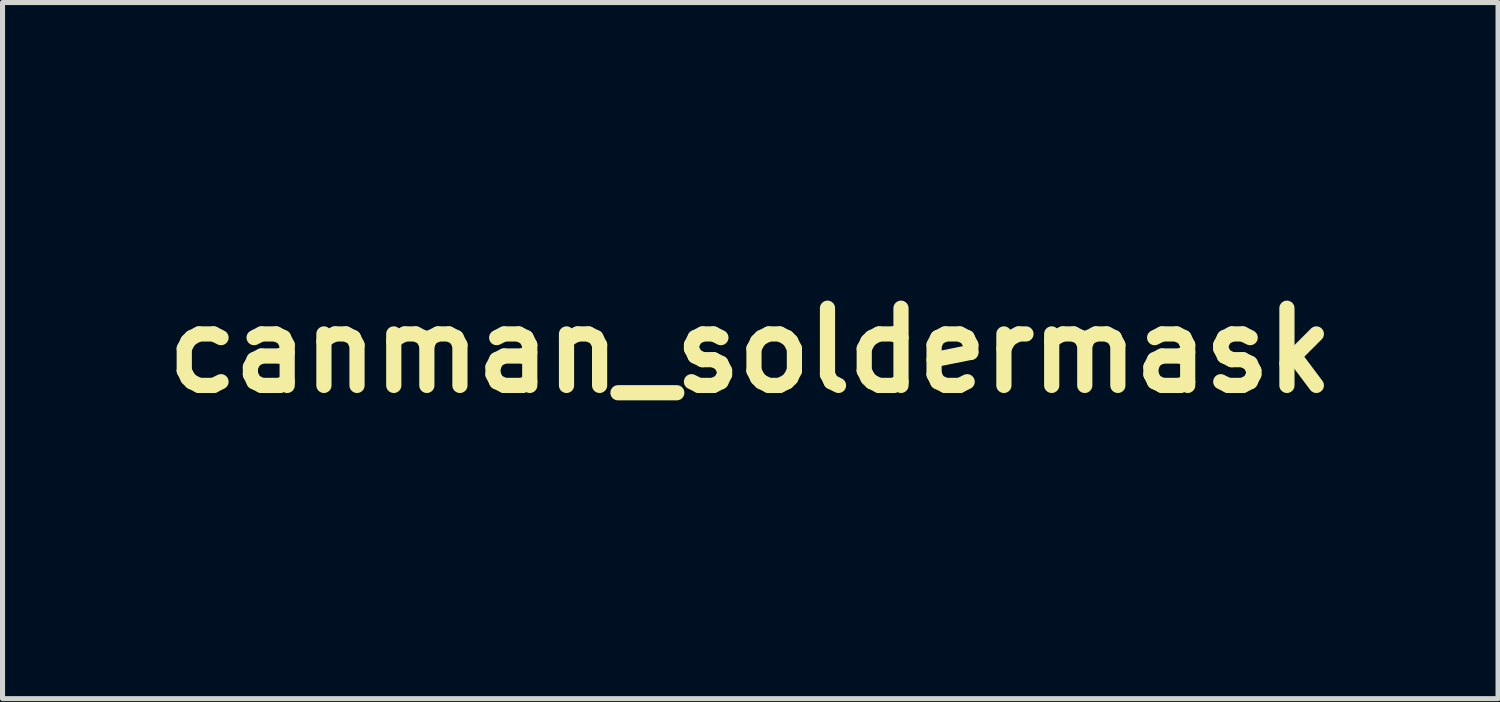
<source format=kicad_pcb>
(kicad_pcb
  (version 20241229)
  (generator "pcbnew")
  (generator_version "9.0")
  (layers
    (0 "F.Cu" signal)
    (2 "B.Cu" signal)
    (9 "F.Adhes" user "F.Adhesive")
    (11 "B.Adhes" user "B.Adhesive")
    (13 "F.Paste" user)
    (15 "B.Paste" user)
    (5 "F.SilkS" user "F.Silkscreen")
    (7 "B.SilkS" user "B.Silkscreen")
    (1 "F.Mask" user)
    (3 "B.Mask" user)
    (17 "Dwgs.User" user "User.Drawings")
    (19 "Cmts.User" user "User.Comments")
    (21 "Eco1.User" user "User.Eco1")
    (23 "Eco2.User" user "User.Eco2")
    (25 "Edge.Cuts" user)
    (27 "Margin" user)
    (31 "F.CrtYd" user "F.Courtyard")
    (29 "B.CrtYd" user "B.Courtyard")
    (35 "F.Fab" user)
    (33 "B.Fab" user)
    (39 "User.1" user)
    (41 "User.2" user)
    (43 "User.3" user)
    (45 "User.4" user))
  (footprint "canman_soldermask"
    (layer "F.Cu")
    (at 11.764 3.87)
    (property "Reference" "canman_soldermask" (at 0 0 0) (layer "F.SilkS") (effects (font (size 1.524 1.524) (thickness 0.3))))
    (attr board_only exclude_from_pos_files exclude_from_bom)
    (fp_poly (pts (xy 0.154 -1.018) (xy -0.187 -1.018) (xy -0.255 -1.177) (xy -0.187 -1.334) (xy 0.154 -1.334)) (stroke (width 0) (type solid)) (fill yes) (layer "F.Mask"))
    (fp_poly (pts (xy -0.607 -1.333) (xy -0.459 -1.332) (xy -0.425 -1.257) (xy -0.414 -1.233) (xy -0.405 -1.212) (xy -0.397 -1.195) (xy -0.392 -1.183) (xy -0.391 -1.177) (xy -0.392 -1.172) (xy -0.397 -1.16) (xy -0.405 -1.142) (xy -0.414 -1.121) (xy -0.425 -1.097) (xy -0.459 -1.023) (xy -0.755 -1.022) (xy -0.755 -1.334)) (stroke (width 0) (type solid)) (fill yes) (layer "F.Mask"))
    (fp_poly (pts (xy -0.99 -2.81) (xy -0.987 -2.805) (xy -0.987 -2.804) (xy -0.986 -2.796) (xy -0.981 -2.782) (xy -0.973 -2.764) (xy -0.965 -2.744) (xy -0.956 -2.724) (xy -0.947 -2.707) (xy -0.939 -2.693) (xy -0.937 -2.689) (xy -0.928 -2.676) (xy -0.925 -2.667) (xy -0.926 -2.661) (xy -0.926 -2.66) (xy -0.929 -2.651) (xy -0.932 -2.633) (xy -0.936 -2.607) (xy -0.939 -2.575) (xy -0.942 -2.536) (xy -0.944 -2.509) (xy -0.947 -2.482) (xy -0.948 -2.462) (xy -0.951 -2.45) (xy -0.954 -2.443) (xy -0.958 -2.44) (xy -0.964 -2.442) (xy -0.973 -2.446) (xy -0.974 -2.447) (xy -0.984 -2.451) (xy -0.998 -2.458) (xy -1.014 -2.466) (xy -1.016 -2.467) (xy -1.043 -2.481) (xy -1.072 -2.498) (xy -1.1 -2.516) (xy -1.124 -2.534) (xy -1.142 -2.549) (xy -1.166 -2.576) (xy -1.18 -2.603) (xy -1.186 -2.63) (xy -1.183 -2.658) (xy -1.171 -2.685) (xy -1.152 -2.712) (xy -1.123 -2.739) (xy -1.087 -2.765) (xy -1.073 -2.773) (xy -1.044 -2.789) (xy -1.022 -2.801) (xy -1.006 -2.808) (xy -0.996 -2.811)) (stroke (width 0) (type solid)) (fill yes) (layer "F.Mask"))
    (fp_poly (pts (xy 2.149 -2.862) (xy 2.16 -2.859) (xy 2.175 -2.854) (xy 2.191 -2.848) (xy 2.208 -2.842) (xy 2.214 -2.839) (xy 2.221 -2.836) (xy 2.235 -2.831) (xy 2.253 -2.823) (xy 2.273 -2.815) (xy 2.273 -2.815) (xy 2.325 -2.792) (xy 2.37 -2.768) (xy 2.406 -2.743) (xy 2.435 -2.716) (xy 2.457 -2.687) (xy 2.47 -2.662) (xy 2.475 -2.644) (xy 2.473 -2.624) (xy 2.464 -2.602) (xy 2.449 -2.576) (xy 2.445 -2.57) (xy 2.422 -2.545) (xy 2.391 -2.52) (xy 2.352 -2.495) (xy 2.303 -2.469) (xy 2.251 -2.446) (xy 2.239 -2.44) (xy 2.229 -2.436) (xy 2.228 -2.435) (xy 2.22 -2.432) (xy 2.216 -2.433) (xy 2.214 -2.437) (xy 2.213 -2.443) (xy 2.212 -2.456) (xy 2.21 -2.474) (xy 2.208 -2.496) (xy 2.208 -2.501) (xy 2.204 -2.546) (xy 2.2 -2.589) (xy 2.196 -2.627) (xy 2.191 -2.661) (xy 2.187 -2.687) (xy 2.184 -2.703) (xy 2.179 -2.724) (xy 2.174 -2.747) (xy 2.171 -2.762) (xy 2.164 -2.792) (xy 2.156 -2.819) (xy 2.15 -2.841) (xy 2.147 -2.849) (xy 2.144 -2.858) (xy 2.144 -2.862)) (stroke (width 0) (type solid)) (fill yes) (layer "F.Mask"))
    (fp_poly (pts (xy -0.469 -3.5) (xy -0.473 -3.492) (xy -0.483 -3.48) (xy -0.499 -3.463) (xy -0.507 -3.455) (xy -0.52 -3.44) (xy -0.536 -3.422) (xy -0.554 -3.401) (xy -0.573 -3.378) (xy -0.592 -3.356) (xy -0.609 -3.334) (xy -0.625 -3.313) (xy -0.638 -3.296) (xy -0.648 -3.283) (xy -0.653 -3.274) (xy -0.654 -3.272) (xy -0.656 -3.268) (xy -0.662 -3.258) (xy -0.671 -3.245) (xy -0.675 -3.238) (xy -0.686 -3.222) (xy -0.696 -3.206) (xy -0.703 -3.195) (xy -0.704 -3.193) (xy -0.712 -3.179) (xy -0.719 -3.166) (xy -0.733 -3.144) (xy -0.748 -3.116) (xy -0.763 -3.084) (xy -0.779 -3.05) (xy -0.795 -3.014) (xy -0.811 -2.977) (xy -0.825 -2.942) (xy -0.838 -2.908) (xy -0.849 -2.878) (xy -0.857 -2.851) (xy -0.863 -2.831) (xy -0.865 -2.817) (xy -0.865 -2.817) (xy -0.866 -2.807) (xy -0.872 -2.804) (xy -0.873 -2.804) (xy -0.879 -2.807) (xy -0.885 -2.817) (xy -0.888 -2.825) (xy -0.896 -2.854) (xy -0.904 -2.885) (xy -0.911 -2.917) (xy -0.916 -2.948) (xy -0.92 -2.975) (xy -0.921 -2.996) (xy -0.921 -2.998) (xy -0.92 -3.028) (xy -0.915 -3.063) (xy -0.909 -3.1) (xy -0.901 -3.136) (xy -0.891 -3.167) (xy -0.89 -3.172) (xy -0.883 -3.189) (xy -0.873 -3.21) (xy -0.86 -3.234) (xy -0.847 -3.257) (xy -0.835 -3.278) (xy -0.827 -3.29) (xy -0.814 -3.307) (xy -0.796 -3.328) (xy -0.775 -3.35) (xy -0.753 -3.371) (xy -0.732 -3.39) (xy -0.714 -3.405) (xy -0.713 -3.406) (xy -0.661 -3.438) (xy -0.602 -3.465) (xy -0.566 -3.478) (xy -0.555 -3.481) (xy -0.54 -3.485) (xy -0.522 -3.49) (xy -0.504 -3.494) (xy -0.488 -3.498) (xy -0.477 -3.501) (xy -0.471 -3.502)) (stroke (width 0) (type solid)) (fill yes) (layer "F.Mask"))
    (fp_poly (pts (xy -0.534 2.187) (xy -0.532 2.187) (xy -0.52 2.189) (xy -0.503 2.191) (xy -0.483 2.194) (xy -0.476 2.195) (xy -0.458 2.197) (xy -0.442 2.199) (xy -0.432 2.201) (xy -0.43 2.202) (xy -0.423 2.204) (xy -0.41 2.206) (xy -0.392 2.209) (xy -0.384 2.21) (xy -0.361 2.214) (xy -0.334 2.217) (xy -0.308 2.221) (xy -0.298 2.223) (xy -0.263 2.228) (xy -0.22 2.233) (xy -0.174 2.239) (xy -0.125 2.244) (xy -0.101 2.247) (xy -0.076 2.249) (xy -0.048 2.25) (xy -0.021 2.251) (xy -0.016 2.251) (xy 0.003 2.252) (xy 0.019 2.253) (xy 0.031 2.254) (xy 0.034 2.256) (xy 0.04 2.257) (xy 0.054 2.258) (xy 0.074 2.26) (xy 0.099 2.262) (xy 0.128 2.263) (xy 0.151 2.264) (xy 0.182 2.265) (xy 0.211 2.267) (xy 0.237 2.268) (xy 0.258 2.269) (xy 0.272 2.27) (xy 0.277 2.271) (xy 0.283 2.272) (xy 0.288 2.274) (xy 0.291 2.277) (xy 0.294 2.283) (xy 0.296 2.293) (xy 0.298 2.308) (xy 0.299 2.329) (xy 0.301 2.356) (xy 0.303 2.379) (xy 0.313 2.49) (xy 0.331 2.604) (xy 0.346 2.677) (xy 0.35 2.699) (xy 0.355 2.719) (xy 0.358 2.736) (xy 0.36 2.745) (xy 0.363 2.759) (xy 0.368 2.777) (xy 0.371 2.789) (xy 0.376 2.81) (xy 0.378 2.823) (xy 0.376 2.829) (xy 0.371 2.828) (xy 0.361 2.819) (xy 0.353 2.811) (xy 0.324 2.783) (xy 0.287 2.754) (xy 0.244 2.725) (xy 0.198 2.696) (xy 0.148 2.669) (xy 0.097 2.644) (xy 0.047 2.623) (xy 0.035 2.618) (xy 0.005 2.608) (xy -0.024 2.599) (xy -0.054 2.591) (xy -0.087 2.584) (xy -0.127 2.577) (xy -0.134 2.576) (xy -0.157 2.574) (xy -0.187 2.571) (xy -0.221 2.57) (xy -0.258 2.569) (xy -0.296 2.569) (xy -0.334 2.57) (xy -0.371 2.571) (xy -0.405 2.572) (xy -0.434 2.575) (xy -0.457 2.578) (xy -0.469 2.58) (xy -0.481 2.583) (xy -0.498 2.587) (xy -0.517 2.591) (xy -0.52 2.592) (xy -0.538 2.596) (xy -0.554 2.601) (xy -0.566 2.605) (xy -0.567 2.605) (xy -0.579 2.61) (xy -0.588 2.611) (xy -0.592 2.61) (xy -0.595 2.607) (xy -0.595 2.599) (xy -0.595 2.585) (xy -0.594 2.581) (xy -0.592 2.554) (xy -0.589 2.52) (xy -0.585 2.481) (xy -0.581 2.44) (xy -0.577 2.399) (xy -0.572 2.36) (xy -0.568 2.326) (xy -0.565 2.3) (xy -0.562 2.272) (xy -0.558 2.246) (xy -0.558 2.238) (xy -0.555 2.216) (xy -0.553 2.2) (xy -0.55 2.191) (xy -0.547 2.187) (xy -0.542 2.186)) (stroke (width 0) (type solid)) (fill yes) (layer "F.Mask"))
    (fp_poly (pts (xy 0.962 -3.503) (xy 0.993 -3.501) (xy 1.019 -3.497) (xy 1.031 -3.495) (xy 1.096 -3.473) (xy 1.153 -3.447) (xy 1.206 -3.415) (xy 1.253 -3.377) (xy 1.284 -3.348) (xy 1.326 -3.297) (xy 1.361 -3.242) (xy 1.389 -3.183) (xy 1.409 -3.121) (xy 1.421 -3.056) (xy 1.424 -2.997) (xy 1.423 -2.974) (xy 1.422 -2.951) (xy 1.42 -2.931) (xy 1.418 -2.92) (xy 1.411 -2.893) (xy 1.403 -2.863) (xy 1.393 -2.833) (xy 1.384 -2.807) (xy 1.375 -2.785) (xy 1.373 -2.78) (xy 1.339 -2.723) (xy 1.3 -2.671) (xy 1.254 -2.625) (xy 1.203 -2.585) (xy 1.148 -2.551) (xy 1.089 -2.524) (xy 1.027 -2.506) (xy 1.017 -2.504) (xy 1 -2.501) (xy 0.977 -2.498) (xy 0.951 -2.496) (xy 0.926 -2.495) (xy 0.902 -2.494) (xy 0.883 -2.494) (xy 0.875 -2.495) (xy 0.83 -2.502) (xy 0.791 -2.511) (xy 0.756 -2.521) (xy 0.722 -2.534) (xy 0.689 -2.55) (xy 0.633 -2.583) (xy 0.581 -2.623) (xy 0.535 -2.67) (xy 0.496 -2.723) (xy 0.462 -2.78) (xy 0.456 -2.793) (xy 0.443 -2.824) (xy 0.433 -2.856) (xy 0.424 -2.89) (xy 0.417 -2.929) (xy 0.414 -2.946) (xy 0.411 -2.969) (xy 0.41 -2.986) (xy 0.409 -3.002) (xy 0.41 -3.019) (xy 0.412 -3.039) (xy 0.758 -3.039) (xy 0.76 -3) (xy 0.769 -2.963) (xy 0.785 -2.927) (xy 0.796 -2.91) (xy 0.823 -2.881) (xy 0.854 -2.858) (xy 0.89 -2.842) (xy 0.929 -2.833) (xy 0.968 -2.831) (xy 1.007 -2.837) (xy 1.044 -2.851) (xy 1.077 -2.873) (xy 1.106 -2.901) (xy 1.129 -2.934) (xy 1.141 -2.959) (xy 1.142 -2.963) (xy 1.141 -2.966) (xy 1.137 -2.968) (xy 1.128 -2.968) (xy 1.112 -2.969) (xy 1.095 -2.969) (xy 1.074 -2.969) (xy 1.058 -2.97) (xy 1.046 -2.972) (xy 1.034 -2.975) (xy 1.021 -2.981) (xy 1.013 -2.985) (xy 0.977 -3.006) (xy 0.946 -3.033) (xy 0.921 -3.065) (xy 0.902 -3.1) (xy 0.891 -3.137) (xy 0.887 -3.175) (xy 0.889 -3.194) (xy 0.89 -3.206) (xy 0.889 -3.213) (xy 0.886 -3.215) (xy 0.878 -3.212) (xy 0.864 -3.205) (xy 0.852 -3.198) (xy 0.82 -3.174) (xy 0.795 -3.145) (xy 0.776 -3.112) (xy 0.764 -3.076) (xy 0.758 -3.039) (xy 0.412 -3.039) (xy 0.413 -3.039) (xy 0.414 -3.053) (xy 0.427 -3.12) (xy 0.446 -3.182) (xy 0.471 -3.239) (xy 0.504 -3.291) (xy 0.543 -3.34) (xy 0.55 -3.347) (xy 0.597 -3.391) (xy 0.649 -3.429) (xy 0.706 -3.459) (xy 0.768 -3.484) (xy 0.81 -3.496) (xy 0.832 -3.5) (xy 0.861 -3.503) (xy 0.893 -3.504) (xy 0.928 -3.505)) (stroke (width 0) (type solid)) (fill yes) (layer "F.Mask"))
    (fp_poly (pts (xy 1.072 2.807) (xy 1.107 2.808) (xy 1.139 2.81) (xy 1.166 2.813) (xy 1.174 2.814) (xy 1.205 2.819) (xy 1.231 2.824) (xy 1.252 2.829) (xy 1.272 2.834) (xy 1.294 2.84) (xy 1.318 2.848) (xy 1.346 2.858) (xy 1.368 2.866) (xy 1.387 2.873) (xy 1.405 2.881) (xy 1.425 2.891) (xy 1.449 2.903) (xy 1.457 2.907) (xy 1.531 2.949) (xy 1.598 2.996) (xy 1.659 3.048) (xy 1.713 3.105) (xy 1.737 3.136) (xy 1.762 3.17) (xy 1.786 3.207) (xy 1.809 3.244) (xy 1.831 3.279) (xy 1.848 3.312) (xy 1.862 3.341) (xy 1.868 3.355) (xy 1.872 3.367) (xy 1.879 3.382) (xy 1.882 3.39) (xy 1.895 3.427) (xy 1.907 3.469) (xy 1.917 3.517) (xy 1.926 3.572) (xy 1.929 3.594) (xy 1.933 3.631) (xy 1.935 3.662) (xy 1.933 3.685) (xy 1.929 3.704) (xy 1.923 3.717) (xy 1.922 3.718) (xy 1.909 3.732) (xy 1.889 3.746) (xy 1.862 3.761) (xy 1.827 3.776) (xy 1.783 3.792) (xy 1.753 3.801) (xy 1.721 3.81) (xy 1.681 3.82) (xy 1.634 3.829) (xy 1.583 3.837) (xy 1.527 3.846) (xy 1.468 3.853) (xy 1.455 3.855) (xy 1.401 3.86) (xy 1.339 3.865) (xy 1.272 3.869) (xy 1.201 3.871) (xy 1.128 3.873) (xy 1.054 3.874) (xy 0.981 3.874) (xy 0.91 3.873) (xy 0.843 3.871) (xy 0.781 3.868) (xy 0.759 3.866) (xy 0.722 3.863) (xy 0.691 3.861) (xy 0.665 3.858) (xy 0.64 3.855) (xy 0.614 3.852) (xy 0.586 3.848) (xy 0.552 3.843) (xy 0.542 3.842) (xy 0.497 3.834) (xy 0.452 3.826) (xy 0.408 3.817) (xy 0.369 3.807) (xy 0.334 3.798) (xy 0.307 3.789) (xy 0.267 3.774) (xy 0.235 3.76) (xy 0.21 3.747) (xy 0.192 3.733) (xy 0.179 3.72) (xy 0.175 3.712) (xy 0.171 3.705) (xy 0.169 3.697) (xy 0.168 3.687) (xy 0.167 3.672) (xy 0.168 3.651) (xy 0.168 3.638) (xy 0.169 3.614) (xy 0.171 3.591) (xy 0.173 3.573) (xy 0.175 3.56) (xy 0.175 3.559) (xy 0.178 3.545) (xy 0.182 3.526) (xy 0.186 3.506) (xy 0.187 3.504) (xy 0.191 3.486) (xy 0.197 3.462) (xy 0.205 3.437) (xy 0.212 3.414) (xy 0.239 3.339) (xy 0.272 3.269) (xy 0.311 3.204) (xy 0.356 3.142) (xy 0.409 3.082) (xy 0.435 3.056) (xy 0.465 3.028) (xy 0.494 3.003) (xy 0.523 2.98) (xy 0.555 2.957) (xy 0.592 2.933) (xy 0.599 2.928) (xy 0.613 2.92) (xy 0.632 2.91) (xy 0.655 2.899) (xy 0.679 2.887) (xy 0.702 2.877) (xy 0.722 2.868) (xy 0.737 2.862) (xy 0.737 2.862) (xy 0.753 2.856) (xy 0.765 2.851) (xy 0.772 2.848) (xy 0.781 2.845) (xy 0.794 2.842) (xy 0.794 2.842) (xy 0.806 2.838) (xy 0.814 2.835) (xy 0.814 2.835) (xy 0.821 2.832) (xy 0.833 2.829) (xy 0.838 2.829) (xy 0.852 2.826) (xy 0.864 2.823) (xy 0.867 2.822) (xy 0.882 2.818) (xy 0.904 2.814) (xy 0.932 2.811) (xy 0.964 2.809) (xy 0.999 2.807) (xy 1.036 2.807)) (stroke (width 0) (type solid)) (fill yes) (layer "F.Mask"))
    (fp_poly (pts (xy -0.283 2.648) (xy -0.231 2.649) (xy -0.187 2.652) (xy -0.151 2.655) (xy -0.123 2.659) (xy -0.105 2.663) (xy -0.092 2.667) (xy -0.076 2.672) (xy -0.064 2.675) (xy 0.02 2.702) (xy 0.101 2.738) (xy 0.178 2.781) (xy 0.251 2.831) (xy 0.261 2.839) (xy 0.275 2.85) (xy 0.292 2.865) (xy 0.31 2.882) (xy 0.328 2.899) (xy 0.346 2.916) (xy 0.362 2.932) (xy 0.375 2.946) (xy 0.383 2.955) (xy 0.386 2.96) (xy 0.383 2.966) (xy 0.378 2.969) (xy 0.372 2.974) (xy 0.361 2.984) (xy 0.347 2.999) (xy 0.33 3.018) (xy 0.312 3.038) (xy 0.294 3.059) (xy 0.278 3.078) (xy 0.269 3.091) (xy 0.256 3.108) (xy 0.242 3.128) (xy 0.227 3.149) (xy 0.226 3.151) (xy 0.185 3.217) (xy 0.151 3.285) (xy 0.122 3.356) (xy 0.1 3.431) (xy 0.083 3.51) (xy 0.072 3.595) (xy 0.069 3.63) (xy 0.067 3.653) (xy 0.065 3.673) (xy 0.063 3.688) (xy 0.061 3.696) (xy 0.061 3.697) (xy 0.055 3.698) (xy 0.042 3.7) (xy 0.023 3.701) (xy -0.003 3.702) (xy -0.033 3.704) (xy -0.066 3.705) (xy -0.102 3.707) (xy -0.14 3.708) (xy -0.178 3.709) (xy -0.216 3.71) (xy -0.251 3.711) (xy -0.285 3.712) (xy -0.314 3.712) (xy -0.334 3.712) (xy -0.369 3.711) (xy -0.411 3.711) (xy -0.455 3.709) (xy -0.497 3.708) (xy -0.535 3.706) (xy -0.538 3.706) (xy -0.573 3.704) (xy -0.603 3.702) (xy -0.629 3.7) (xy -0.654 3.698) (xy -0.679 3.695) (xy -0.707 3.692) (xy -0.739 3.688) (xy -0.768 3.684) (xy -0.796 3.679) (xy -0.826 3.674) (xy -0.858 3.669) (xy -0.89 3.662) (xy -0.921 3.656) (xy -0.95 3.65) (xy -0.974 3.645) (xy -0.994 3.64) (xy -1.007 3.636) (xy -1.012 3.633) (xy -1.018 3.631) (xy -1.03 3.627) (xy -1.036 3.626) (xy -1.066 3.616) (xy -1.095 3.604) (xy -1.122 3.589) (xy -1.145 3.574) (xy -1.161 3.558) (xy -1.165 3.553) (xy -1.17 3.543) (xy -1.174 3.534) (xy -1.175 3.523) (xy -1.176 3.507) (xy -1.176 3.496) (xy -1.175 3.466) (xy -1.172 3.437) (xy -1.167 3.406) (xy -1.16 3.371) (xy -1.151 3.329) (xy -1.148 3.318) (xy -1.143 3.3) (xy -1.139 3.284) (xy -1.137 3.274) (xy -1.126 3.238) (xy -1.111 3.199) (xy -1.093 3.157) (xy -1.073 3.115) (xy -1.051 3.075) (xy -1.037 3.052) (xy -0.994 2.993) (xy -0.947 2.936) (xy -0.895 2.883) (xy -0.841 2.836) (xy -0.811 2.814) (xy -0.787 2.797) (xy -0.758 2.779) (xy -0.727 2.761) (xy -0.695 2.744) (xy -0.665 2.729) (xy -0.639 2.716) (xy -0.618 2.708) (xy -0.582 2.696) (xy -0.553 2.686) (xy -0.531 2.679) (xy -0.514 2.674) (xy -0.501 2.671) (xy -0.492 2.669) (xy -0.485 2.668) (xy -0.483 2.668) (xy -0.473 2.667) (xy -0.467 2.664) (xy -0.461 2.662) (xy -0.449 2.659) (xy -0.432 2.657) (xy -0.428 2.657) (xy -0.41 2.655) (xy -0.395 2.653) (xy -0.385 2.651) (xy -0.384 2.65) (xy -0.377 2.649) (xy -0.362 2.648) (xy -0.34 2.647) (xy -0.313 2.647)) (stroke (width 0) (type solid)) (fill yes) (layer "F.Mask"))
    (fp_poly (pts (xy 2.08 0.379) (xy 2.105 0.38) (xy 2.127 0.381) (xy 2.143 0.382) (xy 2.153 0.384) (xy 2.155 0.384) (xy 2.163 0.388) (xy 2.176 0.391) (xy 2.181 0.392) (xy 2.203 0.397) (xy 2.229 0.405) (xy 2.26 0.417) (xy 2.291 0.432) (xy 2.322 0.447) (xy 2.351 0.464) (xy 2.352 0.464) (xy 2.368 0.474) (xy 2.38 0.482) (xy 2.39 0.489) (xy 2.4 0.497) (xy 2.411 0.507) (xy 2.425 0.52) (xy 2.442 0.538) (xy 2.453 0.549) (xy 2.485 0.581) (xy 2.51 0.612) (xy 2.532 0.643) (xy 2.552 0.677) (xy 2.565 0.702) (xy 2.576 0.723) (xy 2.584 0.74) (xy 2.59 0.755) (xy 2.595 0.77) (xy 2.6 0.788) (xy 2.606 0.811) (xy 2.608 0.816) (xy 2.619 0.875) (xy 2.624 0.937) (xy 2.622 1) (xy 2.614 1.062) (xy 2.611 1.077) (xy 2.594 1.139) (xy 2.568 1.2) (xy 2.535 1.258) (xy 2.496 1.312) (xy 2.452 1.362) (xy 2.403 1.406) (xy 2.354 1.44) (xy 2.338 1.45) (xy 2.325 1.457) (xy 2.314 1.463) (xy 2.301 1.469) (xy 2.295 1.473) (xy 2.253 1.491) (xy 2.211 1.506) (xy 2.167 1.517) (xy 2.119 1.525) (xy 2.075 1.53) (xy 2.06 1.531) (xy 2.052 1.53) (xy 2.047 1.526) (xy 2.045 1.523) (xy 2.044 1.516) (xy 2.043 1.5) (xy 2.042 1.475) (xy 2.041 1.442) (xy 2.041 1.4) (xy 2.041 1.357) (xy 2.041 1.314) (xy 2.041 1.279) (xy 2.041 1.251) (xy 2.042 1.229) (xy 2.043 1.212) (xy 2.046 1.201) (xy 2.05 1.193) (xy 2.055 1.188) (xy 2.062 1.186) (xy 2.07 1.185) (xy 2.081 1.184) (xy 2.089 1.184) (xy 2.106 1.182) (xy 2.121 1.18) (xy 2.13 1.178) (xy 2.131 1.177) (xy 2.14 1.173) (xy 2.153 1.167) (xy 2.16 1.163) (xy 2.187 1.147) (xy 2.214 1.123) (xy 2.238 1.095) (xy 2.258 1.063) (xy 2.273 1.031) (xy 2.278 1.014) (xy 2.281 0.991) (xy 2.283 0.964) (xy 2.283 0.936) (xy 2.281 0.91) (xy 2.278 0.893) (xy 2.264 0.852) (xy 2.243 0.815) (xy 2.215 0.782) (xy 2.181 0.755) (xy 2.142 0.734) (xy 2.103 0.722) (xy 2.07 0.717) (xy 2.034 0.716) (xy 1.999 0.72) (xy 1.969 0.727) (xy 1.952 0.735) (xy 1.932 0.746) (xy 1.911 0.759) (xy 1.892 0.772) (xy 1.878 0.784) (xy 1.875 0.787) (xy 1.85 0.82) (xy 1.83 0.859) (xy 1.817 0.903) (xy 1.812 0.925) (xy 1.807 0.957) (xy 1.644 0.957) (xy 1.601 0.957) (xy 1.566 0.956) (xy 1.538 0.956) (xy 1.516 0.956) (xy 1.5 0.955) (xy 1.489 0.954) (xy 1.481 0.953) (xy 1.477 0.952) (xy 1.474 0.95) (xy 1.472 0.941) (xy 1.471 0.925) (xy 1.473 0.901) (xy 1.477 0.872) (xy 1.483 0.838) (xy 1.5 0.776) (xy 1.524 0.716) (xy 1.555 0.658) (xy 1.593 0.603) (xy 1.636 0.553) (xy 1.684 0.508) (xy 1.735 0.469) (xy 1.79 0.438) (xy 1.796 0.436) (xy 1.824 0.423) (xy 1.852 0.412) (xy 1.878 0.402) (xy 1.9 0.395) (xy 1.917 0.391) (xy 1.924 0.391) (xy 1.934 0.388) (xy 1.939 0.385) (xy 1.945 0.383) (xy 1.958 0.382) (xy 1.977 0.381) (xy 2.001 0.38) (xy 2.027 0.379) (xy 2.054 0.379)) (stroke (width 0) (type solid)) (fill yes) (layer "F.Mask"))
    (fp_poly (pts (xy -2.555 -2.33) (xy -2.529 -2.329) (xy -2.496 -2.324) (xy -2.461 -2.317) (xy -2.426 -2.308) (xy -2.4 -2.3) (xy -2.338 -2.274) (xy -2.278 -2.242) (xy -2.223 -2.202) (xy -2.173 -2.157) (xy -2.128 -2.107) (xy -2.09 -2.053) (xy -2.058 -1.995) (xy -2.04 -1.951) (xy -2.02 -1.88) (xy -2.007 -1.811) (xy -2.003 -1.746) (xy -2.007 -1.682) (xy -2.019 -1.621) (xy -2.021 -1.615) (xy -2.04 -1.557) (xy -2.062 -1.506) (xy -2.086 -1.459) (xy -2.115 -1.417) (xy -2.149 -1.375) (xy -2.178 -1.345) (xy -2.199 -1.325) (xy -2.222 -1.306) (xy -2.244 -1.287) (xy -2.266 -1.271) (xy -2.284 -1.26) (xy -2.293 -1.255) (xy -2.303 -1.25) (xy -2.315 -1.243) (xy -2.316 -1.242) (xy -2.331 -1.234) (xy -2.352 -1.225) (xy -2.375 -1.216) (xy -2.399 -1.207) (xy -2.423 -1.199) (xy -2.444 -1.193) (xy -2.46 -1.19) (xy -2.466 -1.189) (xy -2.476 -1.188) (xy -2.482 -1.185) (xy -2.488 -1.183) (xy -2.501 -1.181) (xy -2.52 -1.18) (xy -2.542 -1.179) (xy -2.567 -1.178) (xy -2.591 -1.178) (xy -2.615 -1.178) (xy -2.636 -1.178) (xy -2.652 -1.179) (xy -2.659 -1.18) (xy -2.688 -1.186) (xy -2.71 -1.191) (xy -2.728 -1.195) (xy -2.745 -1.2) (xy -2.76 -1.205) (xy -2.813 -1.226) (xy -2.86 -1.249) (xy -2.903 -1.277) (xy -2.946 -1.311) (xy -2.986 -1.349) (xy -3.006 -1.369) (xy -3.024 -1.389) (xy -3.041 -1.408) (xy -3.053 -1.424) (xy -3.058 -1.431) (xy -3.072 -1.453) (xy -3.086 -1.478) (xy -3.099 -1.505) (xy -3.112 -1.533) (xy -3.123 -1.558) (xy -3.131 -1.581) (xy -3.136 -1.599) (xy -3.138 -1.608) (xy -3.14 -1.618) (xy -3.142 -1.622) (xy -3.145 -1.628) (xy -3.148 -1.642) (xy -3.151 -1.661) (xy -3.154 -1.683) (xy -3.157 -1.707) (xy -3.158 -1.724) (xy -3.159 -1.741) (xy -3.158 -1.751) (xy -3.156 -1.755) (xy -3.155 -1.755) (xy -3.147 -1.755) (xy -3.133 -1.755) (xy -3.112 -1.755) (xy -3.086 -1.755) (xy -3.057 -1.755) (xy -3.025 -1.755) (xy -2.992 -1.755) (xy -2.959 -1.756) (xy -2.927 -1.756) (xy -2.897 -1.756) (xy -2.871 -1.756) (xy -2.849 -1.755) (xy -2.834 -1.755) (xy -2.825 -1.755) (xy -2.823 -1.755) (xy -2.82 -1.751) (xy -2.818 -1.74) (xy -2.815 -1.725) (xy -2.807 -1.681) (xy -2.791 -1.64) (xy -2.767 -1.604) (xy -2.737 -1.573) (xy -2.701 -1.547) (xy -2.659 -1.528) (xy -2.655 -1.526) (xy -2.624 -1.519) (xy -2.59 -1.516) (xy -2.554 -1.517) (xy -2.521 -1.523) (xy -2.492 -1.532) (xy -2.485 -1.535) (xy -2.476 -1.54) (xy -2.464 -1.546) (xy -2.461 -1.548) (xy -2.433 -1.566) (xy -2.406 -1.591) (xy -2.383 -1.622) (xy -2.364 -1.656) (xy -2.358 -1.671) (xy -2.353 -1.685) (xy -2.35 -1.698) (xy -2.348 -1.712) (xy -2.347 -1.73) (xy -2.347 -1.755) (xy -2.347 -1.756) (xy -2.347 -1.78) (xy -2.348 -1.799) (xy -2.349 -1.812) (xy -2.351 -1.818) (xy -2.355 -1.826) (xy -2.358 -1.837) (xy -2.364 -1.853) (xy -2.375 -1.873) (xy -2.388 -1.893) (xy -2.402 -1.912) (xy -2.407 -1.917) (xy -2.417 -1.927) (xy -2.431 -1.939) (xy -2.446 -1.95) (xy -2.459 -1.959) (xy -2.47 -1.965) (xy -2.474 -1.966) (xy -2.48 -1.968) (xy -2.489 -1.972) (xy -2.489 -1.972) (xy -2.504 -1.978) (xy -2.525 -1.984) (xy -2.549 -1.988) (xy -2.566 -1.991) (xy -2.585 -1.993) (xy -2.585 -2.33)) (stroke (width 0) (type solid)) (fill yes) (layer "F.Mask"))
    (fp_poly (pts (xy 1.949 2.166) (xy 1.952 2.172) (xy 1.953 2.182) (xy 1.953 2.182) (xy 1.954 2.193) (xy 1.956 2.21) (xy 1.959 2.228) (xy 1.959 2.231) (xy 1.965 2.265) (xy 1.97 2.305) (xy 1.976 2.349) (xy 1.982 2.394) (xy 1.987 2.438) (xy 1.991 2.478) (xy 1.992 2.497) (xy 1.994 2.523) (xy 1.997 2.554) (xy 1.999 2.584) (xy 2.001 2.602) (xy 2.002 2.62) (xy 2.004 2.644) (xy 2.005 2.672) (xy 2.006 2.703) (xy 2.007 2.737) (xy 2.008 2.771) (xy 2.009 2.805) (xy 2.01 2.838) (xy 2.01 2.868) (xy 2.011 2.895) (xy 2.011 2.917) (xy 2.01 2.933) (xy 2.01 2.941) (xy 2.01 2.942) (xy 2.009 2.948) (xy 2.008 2.961) (xy 2.007 2.98) (xy 2.006 3.005) (xy 2.005 3.033) (xy 2.004 3.062) (xy 2.003 3.094) (xy 2.002 3.124) (xy 2.001 3.15) (xy 1.999 3.171) (xy 1.998 3.185) (xy 1.997 3.192) (xy 1.995 3.201) (xy 1.993 3.217) (xy 1.991 3.238) (xy 1.989 3.262) (xy 1.988 3.276) (xy 1.985 3.312) (xy 1.983 3.339) (xy 1.981 3.36) (xy 1.98 3.376) (xy 1.979 3.386) (xy 1.977 3.392) (xy 1.976 3.395) (xy 1.974 3.397) (xy 1.972 3.397) (xy 1.971 3.397) (xy 1.965 3.394) (xy 1.962 3.386) (xy 1.96 3.377) (xy 1.958 3.363) (xy 1.954 3.352) (xy 1.953 3.35) (xy 1.949 3.342) (xy 1.944 3.328) (xy 1.938 3.313) (xy 1.909 3.249) (xy 1.873 3.184) (xy 1.829 3.12) (xy 1.78 3.059) (xy 1.777 3.055) (xy 1.743 3.018) (xy 1.711 2.986) (xy 1.68 2.957) (xy 1.647 2.931) (xy 1.611 2.904) (xy 1.582 2.884) (xy 1.563 2.872) (xy 1.54 2.858) (xy 1.514 2.844) (xy 1.488 2.83) (xy 1.461 2.816) (xy 1.437 2.804) (xy 1.415 2.794) (xy 1.397 2.787) (xy 1.386 2.783) (xy 1.382 2.782) (xy 1.375 2.78) (xy 1.37 2.778) (xy 1.359 2.773) (xy 1.341 2.767) (xy 1.319 2.76) (xy 1.296 2.754) (xy 1.277 2.749) (xy 1.259 2.745) (xy 1.243 2.741) (xy 1.231 2.738) (xy 1.231 2.738) (xy 1.222 2.736) (xy 1.206 2.734) (xy 1.184 2.732) (xy 1.159 2.73) (xy 1.133 2.728) (xy 1.106 2.726) (xy 1.08 2.724) (xy 1.077 2.724) (xy 1.068 2.723) (xy 1.061 2.722) (xy 1.057 2.718) (xy 1.056 2.711) (xy 1.057 2.698) (xy 1.061 2.679) (xy 1.064 2.662) (xy 1.068 2.639) (xy 1.073 2.614) (xy 1.077 2.592) (xy 1.078 2.589) (xy 1.085 2.547) (xy 1.092 2.497) (xy 1.098 2.439) (xy 1.104 2.373) (xy 1.106 2.336) (xy 1.111 2.264) (xy 1.129 2.264) (xy 1.141 2.264) (xy 1.159 2.262) (xy 1.18 2.261) (xy 1.2 2.26) (xy 1.225 2.258) (xy 1.254 2.256) (xy 1.286 2.254) (xy 1.316 2.252) (xy 1.323 2.252) (xy 1.348 2.25) (xy 1.371 2.248) (xy 1.39 2.247) (xy 1.403 2.245) (xy 1.406 2.245) (xy 1.416 2.243) (xy 1.432 2.241) (xy 1.452 2.239) (xy 1.475 2.236) (xy 1.479 2.236) (xy 1.525 2.231) (xy 1.564 2.226) (xy 1.594 2.223) (xy 1.616 2.22) (xy 1.631 2.218) (xy 1.638 2.216) (xy 1.639 2.216) (xy 1.645 2.214) (xy 1.658 2.212) (xy 1.674 2.21) (xy 1.681 2.21) (xy 1.698 2.208) (xy 1.713 2.206) (xy 1.721 2.204) (xy 1.722 2.204) (xy 1.729 2.202) (xy 1.741 2.199) (xy 1.758 2.197) (xy 1.766 2.196) (xy 1.785 2.193) (xy 1.804 2.19) (xy 1.824 2.187) (xy 1.849 2.182) (xy 1.878 2.177) (xy 1.911 2.17) (xy 1.927 2.168) (xy 1.941 2.166) (xy 1.948 2.166)) (stroke (width 0) (type solid)) (fill yes) (layer "F.Mask"))
    (fp_poly (pts (xy -1.947 -1.648) (xy -1.94 -1.643) (xy -1.93 -1.634) (xy -1.928 -1.632) (xy -1.902 -1.609) (xy -1.87 -1.583) (xy -1.834 -1.556) (xy -1.796 -1.53) (xy -1.766 -1.511) (xy -1.728 -1.49) (xy -1.684 -1.47) (xy -1.634 -1.45) (xy -1.576 -1.43) (xy -1.534 -1.418) (xy -1.518 -1.414) (xy -1.496 -1.409) (xy -1.47 -1.404) (xy -1.441 -1.4) (xy -1.413 -1.395) (xy -1.386 -1.391) (xy -1.363 -1.388) (xy -1.346 -1.387) (xy -1.34 -1.387) (xy -1.329 -1.385) (xy -1.325 -1.381) (xy -1.323 -1.372) (xy -1.317 -1.358) (xy -1.309 -1.343) (xy -1.3 -1.328) (xy -1.292 -1.317) (xy -1.288 -1.314) (xy -1.279 -1.305) (xy -1.278 -1.297) (xy -1.285 -1.289) (xy -1.305 -1.264) (xy -1.318 -1.235) (xy -1.325 -1.2) (xy -1.325 -1.184) (xy -1.325 -1.163) (xy -1.323 -1.148) (xy -1.318 -1.134) (xy -1.313 -1.121) (xy -1.304 -1.105) (xy -1.295 -1.091) (xy -1.288 -1.083) (xy -1.276 -1.071) (xy -1.294 -1.05) (xy -1.309 -1.029) (xy -1.318 -1.009) (xy -1.323 -0.986) (xy -1.325 -0.958) (xy -1.325 -0.953) (xy -1.325 -0.932) (xy -1.323 -0.916) (xy -1.319 -0.903) (xy -1.314 -0.891) (xy -1.305 -0.875) (xy -1.295 -0.86) (xy -1.289 -0.852) (xy -1.275 -0.838) (xy -1.289 -0.824) (xy -1.299 -0.812) (xy -1.308 -0.796) (xy -1.314 -0.784) (xy -1.322 -0.76) (xy -1.326 -0.733) (xy -1.326 -0.705) (xy -1.322 -0.679) (xy -1.314 -0.657) (xy -1.304 -0.641) (xy -1.3 -0.634) (xy -1.299 -0.632) (xy -1.303 -0.63) (xy -1.314 -0.629) (xy -1.33 -0.628) (xy -1.349 -0.628) (xy -1.369 -0.628) (xy -1.389 -0.628) (xy -1.405 -0.629) (xy -1.418 -0.63) (xy -1.424 -0.632) (xy -1.424 -0.632) (xy -1.429 -0.634) (xy -1.441 -0.636) (xy -1.456 -0.637) (xy -1.496 -0.639) (xy -1.544 -0.644) (xy -1.591 -0.652) (xy -1.612 -0.655) (xy -1.635 -0.659) (xy -1.653 -0.662) (xy -1.657 -0.663) (xy -1.673 -0.666) (xy -1.687 -0.669) (xy -1.694 -0.671) (xy -1.706 -0.675) (xy -1.72 -0.678) (xy -1.72 -0.678) (xy -1.732 -0.68) (xy -1.745 -0.684) (xy -1.762 -0.689) (xy -1.784 -0.696) (xy -1.797 -0.7) (xy -1.815 -0.705) (xy -1.832 -0.711) (xy -1.849 -0.716) (xy -1.863 -0.721) (xy -1.871 -0.724) (xy -1.872 -0.724) (xy -1.88 -0.727) (xy -1.893 -0.732) (xy -1.91 -0.739) (xy -1.918 -0.742) (xy -1.933 -0.748) (xy -1.955 -0.758) (xy -1.981 -0.77) (xy -2.009 -0.784) (xy -2.038 -0.799) (xy -2.067 -0.813) (xy -2.093 -0.826) (xy -2.115 -0.838) (xy -2.131 -0.847) (xy -2.135 -0.849) (xy -2.15 -0.858) (xy -2.165 -0.867) (xy -2.168 -0.869) (xy -2.186 -0.88) (xy -2.209 -0.895) (xy -2.234 -0.911) (xy -2.26 -0.929) (xy -2.284 -0.945) (xy -2.304 -0.96) (xy -2.31 -0.965) (xy -2.324 -0.975) (xy -2.337 -0.985) (xy -2.341 -0.989) (xy -2.36 -1.004) (xy -2.381 -1.021) (xy -2.402 -1.039) (xy -2.424 -1.057) (xy -2.443 -1.075) (xy -2.46 -1.091) (xy -2.474 -1.105) (xy -2.483 -1.115) (xy -2.487 -1.12) (xy -2.487 -1.121) (xy -2.482 -1.124) (xy -2.471 -1.124) (xy -2.469 -1.124) (xy -2.457 -1.124) (xy -2.448 -1.126) (xy -2.447 -1.127) (xy -2.44 -1.13) (xy -2.428 -1.133) (xy -2.423 -1.134) (xy -2.41 -1.137) (xy -2.399 -1.14) (xy -2.397 -1.141) (xy -2.389 -1.144) (xy -2.376 -1.149) (xy -2.361 -1.155) (xy -2.298 -1.181) (xy -2.237 -1.216) (xy -2.181 -1.257) (xy -2.129 -1.305) (xy -2.082 -1.358) (xy -2.042 -1.416) (xy -2.015 -1.466) (xy -2.003 -1.492) (xy -1.992 -1.52) (xy -1.982 -1.549) (xy -1.973 -1.576) (xy -1.966 -1.6) (xy -1.963 -1.616) (xy -1.96 -1.63) (xy -1.957 -1.641) (xy -1.955 -1.644) (xy -1.951 -1.648)) (stroke (width 0) (type solid)) (fill yes) (layer "F.Mask"))
    (fp_poly (pts (xy 1.93 -1.91) (xy 1.949 -1.91) (xy 1.964 -1.908) (xy 1.977 -1.906) (xy 1.99 -1.902) (xy 2.005 -1.897) (xy 2.008 -1.896) (xy 2.026 -1.89) (xy 2.042 -1.884) (xy 2.053 -1.88) (xy 2.056 -1.878) (xy 2.065 -1.875) (xy 2.078 -1.869) (xy 2.089 -1.865) (xy 2.121 -1.852) (xy 2.158 -1.835) (xy 2.198 -1.816) (xy 2.238 -1.797) (xy 2.276 -1.777) (xy 2.311 -1.758) (xy 2.34 -1.741) (xy 2.343 -1.74) (xy 2.35 -1.735) (xy 2.363 -1.728) (xy 2.372 -1.722) (xy 2.383 -1.716) (xy 2.398 -1.706) (xy 2.417 -1.693) (xy 2.437 -1.68) (xy 2.457 -1.666) (xy 2.476 -1.653) (xy 2.492 -1.642) (xy 2.504 -1.633) (xy 2.51 -1.628) (xy 2.51 -1.628) (xy 2.514 -1.624) (xy 2.524 -1.617) (xy 2.537 -1.607) (xy 2.543 -1.602) (xy 2.567 -1.582) (xy 2.595 -1.558) (xy 2.624 -1.532) (xy 2.654 -1.504) (xy 2.684 -1.475) (xy 2.713 -1.446) (xy 2.739 -1.419) (xy 2.762 -1.394) (xy 2.781 -1.373) (xy 2.794 -1.356) (xy 2.795 -1.355) (xy 2.801 -1.346) (xy 2.811 -1.334) (xy 2.82 -1.323) (xy 2.833 -1.307) (xy 2.849 -1.284) (xy 2.868 -1.258) (xy 2.887 -1.229) (xy 2.907 -1.2) (xy 2.922 -1.176) (xy 2.931 -1.161) (xy 2.943 -1.14) (xy 2.957 -1.115) (xy 2.972 -1.087) (xy 2.987 -1.058) (xy 3.001 -1.03) (xy 3.014 -1.005) (xy 3.023 -0.985) (xy 3.027 -0.976) (xy 3.04 -0.947) (xy 3.053 -0.911) (xy 3.068 -0.871) (xy 3.082 -0.831) (xy 3.094 -0.792) (xy 3.104 -0.759) (xy 3.107 -0.746) (xy 3.112 -0.727) (xy 3.117 -0.703) (xy 3.122 -0.678) (xy 3.125 -0.667) (xy 3.13 -0.642) (xy 3.134 -0.618) (xy 3.138 -0.598) (xy 3.141 -0.584) (xy 3.142 -0.579) (xy 3.146 -0.559) (xy 3.15 -0.53) (xy 3.154 -0.494) (xy 3.157 -0.451) (xy 3.16 -0.419) (xy 3.161 -0.395) (xy 3.162 -0.366) (xy 3.163 -0.334) (xy 3.163 -0.3) (xy 3.162 -0.266) (xy 3.161 -0.234) (xy 3.16 -0.205) (xy 3.158 -0.181) (xy 3.156 -0.163) (xy 3.155 -0.158) (xy 3.153 -0.144) (xy 3.15 -0.125) (xy 3.148 -0.105) (xy 3.147 -0.099) (xy 3.144 -0.075) (xy 3.14 -0.049) (xy 3.136 -0.027) (xy 3.136 -0.024) (xy 3.132 -0.006) (xy 3.129 0.011) (xy 3.127 0.023) (xy 3.127 0.024) (xy 3.106 0.116) (xy 3.077 0.21) (xy 3.042 0.305) (xy 3.001 0.399) (xy 2.954 0.491) (xy 2.902 0.581) (xy 2.874 0.623) (xy 2.857 0.648) (xy 2.838 0.674) (xy 2.818 0.7) (xy 2.798 0.727) (xy 2.777 0.752) (xy 2.758 0.775) (xy 2.74 0.796) (xy 2.724 0.813) (xy 2.711 0.825) (xy 2.702 0.832) (xy 2.698 0.834) (xy 2.697 0.833) (xy 2.695 0.825) (xy 2.692 0.813) (xy 2.691 0.812) (xy 2.687 0.796) (xy 2.683 0.781) (xy 2.679 0.764) (xy 2.672 0.741) (xy 2.662 0.716) (xy 2.652 0.69) (xy 2.641 0.665) (xy 2.637 0.657) (xy 2.613 0.614) (xy 2.589 0.576) (xy 2.56 0.54) (xy 2.526 0.503) (xy 2.517 0.494) (xy 2.476 0.455) (xy 2.437 0.424) (xy 2.395 0.396) (xy 2.35 0.371) (xy 2.346 0.369) (xy 2.315 0.355) (xy 2.29 0.343) (xy 2.269 0.334) (xy 2.249 0.327) (xy 2.227 0.321) (xy 2.203 0.315) (xy 2.184 0.311) (xy 2.171 0.307) (xy 2.165 0.302) (xy 2.163 0.298) (xy 2.166 0.291) (xy 2.17 0.29) (xy 2.175 0.286) (xy 2.184 0.277) (xy 2.196 0.263) (xy 2.209 0.246) (xy 2.224 0.227) (xy 2.239 0.208) (xy 2.252 0.188) (xy 2.262 0.174) (xy 2.298 0.111) (xy 2.33 0.043) (xy 2.357 -0.03) (xy 2.371 -0.075) (xy 2.384 -0.133) (xy 2.393 -0.198) (xy 2.398 -0.268) (xy 2.398 -0.341) (xy 2.396 -0.379) (xy 2.394 -0.405) (xy 2.392 -0.428) (xy 2.39 -0.448) (xy 2.389 -0.462) (xy 2.387 -0.467) (xy 2.385 -0.48) (xy 2.382 -0.496) (xy 2.381 -0.502) (xy 2.378 -0.518) (xy 2.375 -0.533) (xy 2.374 -0.538) (xy 2.371 -0.548) (xy 2.366 -0.564) (xy 2.361 -0.582) (xy 2.361 -0.584) (xy 2.334 -0.664) (xy 2.299 -0.739) (xy 2.257 -0.811) (xy 2.208 -0.877) (xy 2.151 -0.939) (xy 2.087 -0.996) (xy 2.016 -1.049) (xy 1.938 -1.096) (xy 1.854 -1.138) (xy 1.762 -1.176) (xy 1.755 -1.178) (xy 1.73 -1.187) (xy 1.711 -1.196) (xy 1.694 -1.204) (xy 1.677 -1.215) (xy 1.662 -1.225) (xy 1.625 -1.258) (xy 1.592 -1.297) (xy 1.563 -1.343) (xy 1.539 -1.397) (xy 1.519 -1.458) (xy 1.518 -1.464) (xy 1.515 -1.477) (xy 1.514 -1.497) (xy 1.512 -1.519) (xy 1.512 -1.534) (xy 1.513 -1.558) (xy 1.514 -1.577) (xy 1.517 -1.594) (xy 1.522 -1.613) (xy 1.525 -1.621) (xy 1.531 -1.64) (xy 1.538 -1.657) (xy 1.543 -1.67) (xy 1.544 -1.673) (xy 1.572 -1.721) (xy 1.603 -1.764) (xy 1.636 -1.803) (xy 1.659 -1.825) (xy 1.675 -1.837) (xy 1.695 -1.851) (xy 1.717 -1.864) (xy 1.738 -1.876) (xy 1.756 -1.885) (xy 1.76 -1.886) (xy 1.789 -1.896) (xy 1.816 -1.903) (xy 1.842 -1.908) (xy 1.871 -1.91) (xy 1.905 -1.91)) (stroke (width 0) (type solid)) (fill yes) (layer "F.Mask"))
    (fp_poly (pts (xy 0.648 -3.87) (xy 0.698 -3.869) (xy 0.747 -3.866) (xy 0.795 -3.862) (xy 0.839 -3.858) (xy 0.877 -3.852) (xy 0.895 -3.849) (xy 0.908 -3.846) (xy 0.927 -3.842) (xy 0.948 -3.837) (xy 0.959 -3.835) (xy 0.979 -3.831) (xy 0.997 -3.827) (xy 1.011 -3.823) (xy 1.016 -3.822) (xy 1.027 -3.819) (xy 1.042 -3.814) (xy 1.06 -3.809) (xy 1.062 -3.809) (xy 1.134 -3.785) (xy 1.208 -3.756) (xy 1.284 -3.721) (xy 1.358 -3.681) (xy 1.43 -3.638) (xy 1.496 -3.593) (xy 1.521 -3.575) (xy 1.573 -3.532) (xy 1.627 -3.483) (xy 1.681 -3.43) (xy 1.732 -3.375) (xy 1.779 -3.32) (xy 1.815 -3.273) (xy 1.827 -3.256) (xy 1.841 -3.237) (xy 1.855 -3.216) (xy 1.868 -3.196) (xy 1.88 -3.177) (xy 1.89 -3.161) (xy 1.897 -3.15) (xy 1.9 -3.144) (xy 1.9 -3.144) (xy 1.903 -3.138) (xy 1.906 -3.134) (xy 1.912 -3.125) (xy 1.92 -3.111) (xy 1.931 -3.091) (xy 1.943 -3.067) (xy 1.956 -3.041) (xy 1.969 -3.014) (xy 1.981 -2.988) (xy 1.992 -2.965) (xy 1.998 -2.951) (xy 2.034 -2.858) (xy 2.063 -2.769) (xy 2.084 -2.681) (xy 2.099 -2.595) (xy 2.108 -2.509) (xy 2.109 -2.475) (xy 2.112 -2.393) (xy 2.091 -2.388) (xy 2.074 -2.384) (xy 2.055 -2.38) (xy 2.041 -2.376) (xy 2.02 -2.371) (xy 1.997 -2.366) (xy 1.984 -2.363) (xy 1.963 -2.359) (xy 1.94 -2.354) (xy 1.924 -2.35) (xy 1.869 -2.338) (xy 1.813 -2.326) (xy 1.759 -2.317) (xy 1.736 -2.313) (xy 1.718 -2.31) (xy 1.696 -2.306) (xy 1.675 -2.302) (xy 1.673 -2.301) (xy 1.656 -2.298) (xy 1.643 -2.297) (xy 1.635 -2.296) (xy 1.634 -2.297) (xy 1.635 -2.301) (xy 1.639 -2.31) (xy 1.64 -2.311) (xy 1.648 -2.325) (xy 1.659 -2.344) (xy 1.671 -2.369) (xy 1.685 -2.397) (xy 1.698 -2.426) (xy 1.711 -2.456) (xy 1.715 -2.468) (xy 1.726 -2.493) (xy 1.736 -2.52) (xy 1.745 -2.546) (xy 1.754 -2.571) (xy 1.761 -2.591) (xy 1.766 -2.607) (xy 1.768 -2.617) (xy 1.769 -2.619) (xy 1.766 -2.621) (xy 1.758 -2.623) (xy 1.743 -2.624) (xy 1.728 -2.624) (xy 1.687 -2.624) (xy 1.681 -2.606) (xy 1.676 -2.59) (xy 1.668 -2.568) (xy 1.658 -2.543) (xy 1.647 -2.515) (xy 1.636 -2.487) (xy 1.625 -2.46) (xy 1.615 -2.437) (xy 1.612 -2.432) (xy 1.604 -2.415) (xy 1.598 -2.401) (xy 1.594 -2.392) (xy 1.593 -2.389) (xy 1.591 -2.385) (xy 1.586 -2.375) (xy 1.578 -2.36) (xy 1.568 -2.342) (xy 1.558 -2.324) (xy 1.55 -2.309) (xy 1.545 -2.297) (xy 1.543 -2.292) (xy 1.539 -2.288) (xy 1.53 -2.285) (xy 1.525 -2.284) (xy 1.508 -2.282) (xy 1.491 -2.28) (xy 1.49 -2.28) (xy 1.479 -2.278) (xy 1.461 -2.276) (xy 1.44 -2.274) (xy 1.416 -2.272) (xy 1.415 -2.272) (xy 1.394 -2.27) (xy 1.375 -2.267) (xy 1.361 -2.265) (xy 1.354 -2.264) (xy 1.354 -2.264) (xy 1.348 -2.263) (xy 1.335 -2.261) (xy 1.317 -2.26) (xy 1.294 -2.259) (xy 1.273 -2.258) (xy 1.247 -2.257) (xy 1.225 -2.255) (xy 1.206 -2.254) (xy 1.194 -2.252) (xy 1.189 -2.251) (xy 1.183 -2.25) (xy 1.17 -2.249) (xy 1.15 -2.248) (xy 1.125 -2.247) (xy 1.097 -2.246) (xy 1.077 -2.245) (xy 1.045 -2.244) (xy 1.014 -2.243) (xy 0.985 -2.241) (xy 0.96 -2.24) (xy 0.941 -2.238) (xy 0.935 -2.238) (xy 0.924 -2.237) (xy 0.905 -2.236) (xy 0.879 -2.236) (xy 0.847 -2.235) (xy 0.811 -2.235) (xy 0.77 -2.235) (xy 0.726 -2.235) (xy 0.681 -2.234) (xy 0.634 -2.234) (xy 0.586 -2.234) (xy 0.539 -2.235) (xy 0.494 -2.235) (xy 0.452 -2.235) (xy 0.412 -2.235) (xy 0.377 -2.236) (xy 0.348 -2.236) (xy 0.324 -2.237) (xy 0.308 -2.238) (xy 0.301 -2.238) (xy 0.289 -2.239) (xy 0.27 -2.241) (xy 0.245 -2.242) (xy 0.217 -2.243) (xy 0.188 -2.244) (xy 0.18 -2.244) (xy 0.151 -2.245) (xy 0.124 -2.247) (xy 0.099 -2.248) (xy 0.08 -2.25) (xy 0.068 -2.251) (xy 0.066 -2.251) (xy 0.054 -2.253) (xy 0.036 -2.255) (xy 0.014 -2.257) (xy -0.011 -2.259) (xy -0.018 -2.26) (xy -0.061 -2.263) (xy -0.11 -2.268) (xy -0.164 -2.274) (xy -0.22 -2.28) (xy -0.276 -2.288) (xy -0.33 -2.295) (xy -0.342 -2.297) (xy -0.366 -2.3) (xy -0.393 -2.304) (xy -0.417 -2.308) (xy -0.421 -2.308) (xy -0.439 -2.311) (xy -0.455 -2.314) (xy -0.466 -2.316) (xy -0.467 -2.317) (xy -0.476 -2.319) (xy -0.49 -2.322) (xy -0.507 -2.325) (xy -0.528 -2.328) (xy -0.552 -2.333) (xy -0.57 -2.337) (xy -0.59 -2.341) (xy -0.609 -2.345) (xy -0.623 -2.348) (xy -0.686 -2.361) (xy -0.745 -2.375) (xy -0.798 -2.389) (xy -0.811 -2.392) (xy -0.847 -2.402) (xy -0.847 -2.442) (xy -0.845 -2.488) (xy -0.841 -2.537) (xy -0.835 -2.587) (xy -0.827 -2.633) (xy -0.825 -2.644) (xy -0.818 -2.679) (xy -0.809 -2.717) (xy -0.8 -2.754) (xy -0.79 -2.79) (xy -0.781 -2.822) (xy -0.773 -2.849) (xy -0.766 -2.868) (xy -0.759 -2.886) (xy -0.753 -2.902) (xy -0.748 -2.914) (xy -0.73 -2.958) (xy -0.712 -2.999) (xy 0.338 -2.999) (xy 0.342 -2.929) (xy 0.354 -2.861) (xy 0.374 -2.796) (xy 0.402 -2.734) (xy 0.436 -2.676) (xy 0.476 -2.623) (xy 0.523 -2.575) (xy 0.574 -2.532) (xy 0.631 -2.495) (xy 0.693 -2.465) (xy 0.758 -2.442) (xy 0.827 -2.427) (xy 0.839 -2.426) (xy 0.857 -2.425) (xy 0.881 -2.424) (xy 0.907 -2.424) (xy 0.93 -2.424) (xy 0.963 -2.425) (xy 0.989 -2.426) (xy 1.01 -2.428) (xy 1.028 -2.43) (xy 1.045 -2.434) (xy 1.049 -2.435) (xy 1.117 -2.456) (xy 1.182 -2.485) (xy 1.243 -2.52) (xy 1.298 -2.563) (xy 1.348 -2.612) (xy 1.392 -2.666) (xy 1.401 -2.679) (xy 1.436 -2.74) (xy 1.463 -2.804) (xy 1.483 -2.87) (xy 1.494 -2.939) (xy 1.497 -3.008) (xy 1.492 -3.078) (xy 1.479 -3.147) (xy 1.465 -3.191) (xy 1.439 -3.256) (xy 1.405 -3.316) (xy 1.364 -3.372) (xy 1.317 -3.422) (xy 1.265 -3.466) (xy 1.207 -3.504) (xy 1.145 -3.535) (xy 1.079 -3.558) (xy 1.039 -3.568) (xy 1.006 -3.574) (xy 0.968 -3.577) (xy 0.926 -3.579) (xy 0.885 -3.578) (xy 0.845 -3.576) (xy 0.811 -3.572) (xy 0.805 -3.571) (xy 0.738 -3.553) (xy 0.674 -3.528) (xy 0.614 -3.495) (xy 0.558 -3.456) (xy 0.507 -3.411) (xy 0.462 -3.361) (xy 0.423 -3.305) (xy 0.39 -3.246) (xy 0.366 -3.182) (xy 0.362 -3.169) (xy 0.346 -3.101) (xy 0.339 -3.032) (xy 0.338 -2.999) (xy -0.712 -2.999) (xy -0.709 -3.006) (xy -0.686 -3.054) (xy -0.663 -3.098) (xy -0.657 -3.108) (xy -0.649 -3.124) (xy -0.641 -3.137) (xy -0.633 -3.15) (xy -0.623 -3.165) (xy -0.611 -3.184) (xy -0.599 -3.203) (xy -0.587 -3.22) (xy -0.576 -3.236) (xy -0.568 -3.249) (xy -0.567 -3.251) (xy -0.544 -3.283) (xy -0.515 -3.318) (xy -0.482 -3.357) (xy -0.445 -3.396) (xy -0.406 -3.436) (xy -0.366 -3.474) (xy -0.327 -3.51) (xy -0.289 -3.542) (xy -0.272 -3.555) (xy -0.177 -3.623) (xy -0.079 -3.682) (xy 0.022 -3.734) (xy 0.125 -3.777) (xy 0.232 -3.812) (xy 0.283 -3.825) (xy 0.319 -3.834) (xy 0.349 -3.841) (xy 0.374 -3.847) (xy 0.396 -3.851) (xy 0.417 -3.855) (xy 0.438 -3.858) (xy 0.463 -3.861) (xy 0.492 -3.864) (xy 0.518 -3.866) (xy 0.556 -3.869) (xy 0.6 -3.87)) (stroke (width 0) (type solid)) (fill yes) (layer "F.Mask"))
    (fp_poly (pts (xy 2.438 -2.419) (xy 2.436 -2.408) (xy 2.434 -2.403) (xy 2.431 -2.394) (xy 2.428 -2.384) (xy 2.426 -2.371) (xy 2.424 -2.355) (xy 2.422 -2.336) (xy 2.421 -2.312) (xy 2.42 -2.283) (xy 2.419 -2.249) (xy 2.418 -2.208) (xy 2.418 -2.161) (xy 2.418 -2.105) (xy 2.418 -2.058) (xy 2.418 -2.011) (xy 2.418 -1.967) (xy 2.418 -1.926) (xy 2.418 -1.89) (xy 2.418 -1.858) (xy 2.418 -1.832) (xy 2.418 -1.812) (xy 2.418 -1.8) (xy 2.418 -1.796) (xy 2.416 -1.791) (xy 2.409 -1.792) (xy 2.396 -1.799) (xy 2.39 -1.803) (xy 2.366 -1.819) (xy 2.336 -1.836) (xy 2.302 -1.856) (xy 2.264 -1.876) (xy 2.24 -1.887) (xy 2.2 -1.907) (xy 2.166 -1.922) (xy 2.136 -1.935) (xy 2.107 -1.946) (xy 2.078 -1.956) (xy 2.052 -1.964) (xy 2.036 -1.968) (xy 2.021 -1.973) (xy 2.014 -1.975) (xy 1.995 -1.98) (xy 1.971 -1.984) (xy 1.943 -1.987) (xy 1.912 -1.989) (xy 1.881 -1.99) (xy 1.85 -1.989) (xy 1.821 -1.988) (xy 1.796 -1.985) (xy 1.775 -1.982) (xy 1.762 -1.977) (xy 1.758 -1.974) (xy 1.75 -1.971) (xy 1.746 -1.97) (xy 1.738 -1.968) (xy 1.724 -1.962) (xy 1.706 -1.954) (xy 1.687 -1.944) (xy 1.668 -1.933) (xy 1.65 -1.922) (xy 1.636 -1.912) (xy 1.635 -1.911) (xy 1.583 -1.867) (xy 1.539 -1.819) (xy 1.502 -1.766) (xy 1.473 -1.708) (xy 1.45 -1.646) (xy 1.446 -1.63) (xy 1.442 -1.608) (xy 1.44 -1.579) (xy 1.439 -1.547) (xy 1.439 -1.513) (xy 1.441 -1.48) (xy 1.444 -1.451) (xy 1.448 -1.427) (xy 1.464 -1.37) (xy 1.485 -1.319) (xy 1.51 -1.273) (xy 1.541 -1.231) (xy 1.568 -1.201) (xy 1.592 -1.18) (xy 1.62 -1.158) (xy 1.65 -1.138) (xy 1.679 -1.12) (xy 1.706 -1.105) (xy 1.73 -1.096) (xy 1.733 -1.095) (xy 1.746 -1.091) (xy 1.753 -1.088) (xy 1.762 -1.085) (xy 1.775 -1.081) (xy 1.792 -1.076) (xy 1.795 -1.075) (xy 1.849 -1.055) (xy 1.904 -1.027) (xy 1.958 -0.992) (xy 2.011 -0.951) (xy 2.061 -0.905) (xy 2.107 -0.855) (xy 2.148 -0.801) (xy 2.164 -0.777) (xy 2.177 -0.756) (xy 2.186 -0.741) (xy 2.193 -0.73) (xy 2.198 -0.721) (xy 2.203 -0.711) (xy 2.209 -0.699) (xy 2.211 -0.695) (xy 2.241 -0.628) (xy 2.264 -0.561) (xy 2.28 -0.491) (xy 2.29 -0.418) (xy 2.294 -0.349) (xy 2.294 -0.316) (xy 2.294 -0.29) (xy 2.294 -0.267) (xy 2.292 -0.244) (xy 2.289 -0.219) (xy 2.284 -0.19) (xy 2.282 -0.176) (xy 2.279 -0.161) (xy 2.275 -0.141) (xy 2.27 -0.119) (xy 2.265 -0.097) (xy 2.259 -0.077) (xy 2.255 -0.061) (xy 2.251 -0.051) (xy 2.251 -0.05) (xy 2.248 -0.042) (xy 2.242 -0.028) (xy 2.238 -0.018) (xy 2.23 0.002) (xy 2.219 0.026) (xy 2.206 0.052) (xy 2.193 0.078) (xy 2.181 0.101) (xy 2.172 0.116) (xy 2.151 0.147) (xy 2.127 0.18) (xy 2.1 0.212) (xy 2.075 0.24) (xy 2.074 0.24) (xy 2.043 0.272) (xy 2.014 0.272) (xy 1.998 0.273) (xy 1.987 0.274) (xy 1.982 0.276) (xy 1.977 0.278) (xy 1.965 0.28) (xy 1.949 0.282) (xy 1.947 0.282) (xy 1.929 0.284) (xy 1.914 0.287) (xy 1.904 0.289) (xy 1.904 0.289) (xy 1.895 0.293) (xy 1.88 0.297) (xy 1.863 0.303) (xy 1.862 0.303) (xy 1.83 0.314) (xy 1.795 0.327) (xy 1.761 0.343) (xy 1.731 0.358) (xy 1.725 0.361) (xy 1.712 0.369) (xy 1.701 0.375) (xy 1.696 0.377) (xy 1.696 0.377) (xy 1.692 0.38) (xy 1.682 0.386) (xy 1.669 0.395) (xy 1.664 0.398) (xy 1.606 0.441) (xy 1.557 0.484) (xy 1.514 0.528) (xy 1.479 0.573) (xy 1.45 0.62) (xy 1.427 0.671) (xy 1.41 0.722) (xy 1.398 0.768) (xy 1.388 0.811) (xy 1.38 0.852) (xy 1.375 0.894) (xy 1.371 0.94) (xy 1.368 0.992) (xy 1.367 0.999) (xy 1.365 1.062) (xy 1.841 1.062) (xy 1.879 1.024) (xy 1.917 0.985) (xy 1.916 0.959) (xy 1.92 0.929) (xy 1.931 0.9) (xy 1.948 0.873) (xy 1.97 0.85) (xy 1.995 0.833) (xy 1.996 0.833) (xy 2.022 0.825) (xy 2.052 0.823) (xy 2.082 0.827) (xy 2.103 0.835) (xy 2.132 0.854) (xy 2.155 0.879) (xy 2.172 0.911) (xy 2.181 0.94) (xy 2.184 0.957) (xy 2.184 0.97) (xy 2.181 0.984) (xy 2.181 0.984) (xy 2.167 1.016) (xy 2.148 1.043) (xy 2.136 1.054) (xy 2.115 1.07) (xy 2.095 1.079) (xy 2.072 1.085) (xy 2.053 1.087) (xy 2.019 1.09) (xy 1.984 1.126) (xy 1.948 1.163) (xy 1.948 1.641) (xy 2.032 1.641) (xy 2.058 1.641) (xy 2.081 1.641) (xy 2.099 1.64) (xy 2.112 1.639) (xy 2.117 1.638) (xy 2.117 1.638) (xy 2.122 1.635) (xy 2.134 1.633) (xy 2.149 1.631) (xy 2.15 1.631) (xy 2.192 1.625) (xy 2.237 1.614) (xy 2.284 1.6) (xy 2.329 1.582) (xy 2.37 1.562) (xy 2.393 1.548) (xy 2.405 1.542) (xy 2.414 1.538) (xy 2.417 1.538) (xy 2.419 1.543) (xy 2.42 1.555) (xy 2.422 1.572) (xy 2.423 1.594) (xy 2.424 1.602) (xy 2.425 1.627) (xy 2.427 1.647) (xy 2.429 1.663) (xy 2.434 1.678) (xy 2.44 1.693) (xy 2.45 1.712) (xy 2.463 1.737) (xy 2.464 1.738) (xy 2.473 1.762) (xy 2.474 1.786) (xy 2.466 1.811) (xy 2.45 1.837) (xy 2.426 1.863) (xy 2.393 1.891) (xy 2.354 1.917) (xy 2.337 1.926) (xy 2.313 1.938) (xy 2.286 1.951) (xy 2.256 1.964) (xy 2.226 1.976) (xy 2.205 1.983) (xy 2.187 1.99) (xy 2.171 1.996) (xy 2.16 2) (xy 2.157 2.001) (xy 2.148 2.004) (xy 2.134 2.008) (xy 2.12 2.012) (xy 2.092 2.02) (xy 2.071 2.025) (xy 2.056 2.03) (xy 2.044 2.033) (xy 2.035 2.035) (xy 2.028 2.038) (xy 2.025 2.039) (xy 2.009 2.043) (xy 1.991 2.047) (xy 1.988 2.047) (xy 1.974 2.05) (xy 1.962 2.053) (xy 1.959 2.054) (xy 1.952 2.056) (xy 1.937 2.059) (xy 1.917 2.064) (xy 1.895 2.069) (xy 1.87 2.074) (xy 1.847 2.078) (xy 1.825 2.082) (xy 1.807 2.085) (xy 1.806 2.085) (xy 1.79 2.088) (xy 1.777 2.09) (xy 1.771 2.092) (xy 1.762 2.094) (xy 1.746 2.097) (xy 1.723 2.1) (xy 1.696 2.104) (xy 1.665 2.109) (xy 1.631 2.113) (xy 1.596 2.118) (xy 1.561 2.123) (xy 1.528 2.127) (xy 1.497 2.131) (xy 1.469 2.134) (xy 1.455 2.135) (xy 1.436 2.137) (xy 1.414 2.14) (xy 1.396 2.142) (xy 1.381 2.143) (xy 1.359 2.145) (xy 1.333 2.147) (xy 1.304 2.149) (xy 1.275 2.151) (xy 1.247 2.152) (xy 1.223 2.154) (xy 1.202 2.156) (xy 1.187 2.158) (xy 1.179 2.159) (xy 1.178 2.159) (xy 1.171 2.161) (xy 1.156 2.162) (xy 1.133 2.164) (xy 1.104 2.165) (xy 1.07 2.166) (xy 1.031 2.168) (xy 0.988 2.169) (xy 0.941 2.17) (xy 0.892 2.171) (xy 0.841 2.172) (xy 0.79 2.173) (xy 0.738 2.174) (xy 0.686 2.175) (xy 0.636 2.175) (xy 0.588 2.176) (xy 0.543 2.176) (xy 0.502 2.176) (xy 0.465 2.176) (xy 0.433 2.176) (xy 0.407 2.175) (xy 0.388 2.174) (xy 0.376 2.173) (xy 0.373 2.172) (xy 0.367 2.171) (xy 0.353 2.169) (xy 0.334 2.168) (xy 0.311 2.168) (xy 0.298 2.167) (xy 0.268 2.167) (xy 0.235 2.166) (xy 0.202 2.165) (xy 0.174 2.163) (xy 0.171 2.163) (xy 0.12 2.16) (xy 0.073 2.157) (xy 0.031 2.154) (xy -0.006 2.151) (xy -0.036 2.149) (xy -0.06 2.147) (xy -0.076 2.145) (xy -0.083 2.144) (xy -0.092 2.143) (xy -0.107 2.141) (xy -0.127 2.139) (xy -0.143 2.137) (xy -0.17 2.135) (xy -0.197 2.132) (xy -0.226 2.128) (xy -0.257 2.125) (xy -0.292 2.12) (xy -0.332 2.115) (xy -0.378 2.108) (xy -0.431 2.101) (xy -0.434 2.1) (xy -0.454 2.097) (xy -0.477 2.093) (xy -0.502 2.089) (xy -0.528 2.084) (xy -0.553 2.08) (xy -0.575 2.076) (xy -0.593 2.072) (xy -0.604 2.07) (xy -0.605 2.069) (xy -0.614 2.067) (xy -0.627 2.064) (xy -0.644 2.061) (xy -0.646 2.06) (xy -0.677 2.054) (xy -0.713 2.046) (xy -0.751 2.036) (xy -0.79 2.026) (xy -0.827 2.015) (xy -0.861 2.005) (xy -0.89 1.996) (xy -0.911 1.988) (xy -0.918 1.985) (xy -0.932 1.979) (xy -0.949 1.972) (xy -0.965 1.966) (xy -1.014 1.945) (xy -1.058 1.922) (xy -1.096 1.898) (xy -1.128 1.874) (xy -1.153 1.849) (xy -1.163 1.837) (xy -1.179 1.808) (xy -1.186 1.781) (xy -1.186 1.753) (xy -1.177 1.725) (xy -1.159 1.695) (xy -1.139 1.665) (xy -1.136 1.569) (xy -1.135 1.548) (xy -1.135 1.52) (xy -1.134 1.485) (xy -1.134 1.443) (xy -1.133 1.397) (xy -1.133 1.348) (xy -1.133 1.295) (xy -1.133 1.24) (xy -1.133 1.184) (xy -1.133 1.143) (xy -1.134 1.076) (xy -0.899 1.076) (xy -0.899 1.129) (xy -0.899 1.183) (xy -0.898 1.24) (xy -0.898 1.288) (xy -0.898 1.33) (xy -0.897 1.364) (xy -0.896 1.393) (xy -0.895 1.416) (xy -0.894 1.435) (xy -0.892 1.45) (xy -0.89 1.462) (xy -0.887 1.472) (xy -0.884 1.479) (xy -0.88 1.486) (xy -0.876 1.493) (xy -0.871 1.499) (xy -0.864 1.507) (xy -0.858 1.514) (xy -0.851 1.519) (xy -0.842 1.523) (xy -0.83 1.526) (xy -0.814 1.529) (xy -0.794 1.53) (xy -0.768 1.531) (xy -0.736 1.531) (xy -0.696 1.531) (xy -0.675 1.531) (xy -0.527 1.532) (xy -0.527 1.312) (xy -0.753 1.31) (xy -0.753 1.02) (xy -0.524 1.018) (xy -0.167 1.284) (xy 0.191 1.549) (xy 0.245 1.549) (xy 0.298 1.549) (xy 0.298 0.794) (xy 0.149 0.794) (xy 0.149 1.036) (xy 0.149 1.081) (xy 0.149 1.123) (xy 0.149 1.162) (xy 0.149 1.196) (xy 0.148 1.226) (xy 0.148 1.249) (xy 0.148 1.266) (xy 0.147 1.275) (xy 0.147 1.277) (xy 0.143 1.274) (xy 0.133 1.267) (xy 0.117 1.255) (xy 0.095 1.239) (xy 0.068 1.219) (xy 0.037 1.196) (xy 0.002 1.171) (xy -0.036 1.142) (xy -0.077 1.112) (xy -0.12 1.079) (xy -0.142 1.063) (xy -0.187 1.03) (xy -0.23 0.998) (xy -0.272 0.967) (xy -0.31 0.938) (xy -0.346 0.912) (xy -0.378 0.888) (xy -0.405 0.868) (xy -0.427 0.852) (xy -0.444 0.84) (xy -0.454 0.833) (xy -0.457 0.831) (xy -0.472 0.822) (xy -0.485 0.814) (xy -0.498 0.808) (xy -0.512 0.803) (xy -0.527 0.799) (xy -0.546 0.797) (xy -0.568 0.796) (xy -0.596 0.795) (xy -0.629 0.795) (xy -0.67 0.795) (xy -0.684 0.795) (xy -0.827 0.796) (xy -0.848 0.809) (xy -0.867 0.825) (xy -0.882 0.849) (xy -0.892 0.88) (xy -0.896 0.896) (xy -0.897 0.907) (xy -0.897 0.926) (xy -0.898 0.953) (xy -0.899 0.988) (xy -0.899 1.029) (xy -0.899 1.076) (xy -1.134 1.076) (xy -1.134 0.814) (xy -1.147 0.788) (xy -1.157 0.771) (xy -1.172 0.752) (xy -1.189 0.731) (xy -1.194 0.726) (xy -1.213 0.704) (xy -1.225 0.687) (xy -1.231 0.672) (xy -1.23 0.658) (xy -1.222 0.643) (xy -1.208 0.626) (xy -1.196 0.614) (xy -1.179 0.597) (xy -1.167 0.582) (xy -1.161 0.568) (xy -1.159 0.554) (xy -1.159 0.548) (xy -1.159 0.54) (xy -1.161 0.534) (xy -0.9 0.534) (xy -0.8 0.571) (xy -0.767 0.583) (xy -0.733 0.595) (xy -0.7 0.607) (xy -0.67 0.619) (xy -0.645 0.628) (xy -0.639 0.63) (xy -0.616 0.638) (xy -0.595 0.645) (xy -0.578 0.651) (xy -0.566 0.653) (xy -0.564 0.654) (xy -0.551 0.654) (xy -0.552 0.61) (xy -0.554 0.566) (xy 0.298 0.566) (xy 0.298 0.342) (xy -0.9 0.342) (xy -0.9 0.534) (xy -1.161 0.534) (xy -1.161 0.533) (xy -1.166 0.525) (xy -1.174 0.515) (xy -1.187 0.501) (xy -1.195 0.492) (xy -1.21 0.476) (xy -1.222 0.462) (xy -1.231 0.451) (xy -1.235 0.444) (xy -1.236 0.436) (xy -1.233 0.426) (xy -1.225 0.415) (xy -1.212 0.4) (xy -1.195 0.382) (xy -1.176 0.362) (xy -1.163 0.345) (xy -1.158 0.33) (xy -1.16 0.316) (xy -1.168 0.3) (xy -1.184 0.281) (xy -1.195 0.268) (xy -1.21 0.253) (xy -1.222 0.238) (xy -1.231 0.227) (xy -1.235 0.221) (xy -1.235 0.21) (xy -1.23 0.196) (xy -1.218 0.178) (xy -1.199 0.157) (xy -1.194 0.151) (xy -1.181 0.137) (xy -1.17 0.124) (xy -1.163 0.114) (xy -0.9 0.114) (xy -0.885 0.114) (xy -0.878 0.114) (xy -0.862 0.115) (xy -0.84 0.116) (xy -0.812 0.117) (xy -0.78 0.118) (xy -0.744 0.119) (xy -0.706 0.121) (xy -0.667 0.123) (xy -0.627 0.124) (xy -0.588 0.126) (xy -0.55 0.127) (xy -0.516 0.129) (xy -0.485 0.13) (xy -0.459 0.131) (xy -0.44 0.132) (xy -0.427 0.133) (xy -0.423 0.133) (xy -0.411 0.134) (xy -0.393 0.135) (xy -0.373 0.135) (xy -0.363 0.135) (xy -0.32 0.136) (xy -0.32 -0.382) (xy -0.084 -0.381) (xy 0.151 -0.38) (xy 0.151 -0.086) (xy 0.034 -0.084) (xy -0.083 -0.083) (xy -0.083 0.136) (xy 0.069 0.136) (xy 0.112 0.136) (xy 0.148 0.135) (xy 0.176 0.135) (xy 0.199 0.134) (xy 0.217 0.132) (xy 0.23 0.13) (xy 0.24 0.128) (xy 0.249 0.124) (xy 0.256 0.119) (xy 0.262 0.114) (xy 0.266 0.11) (xy 0.271 0.105) (xy 0.276 0.099) (xy 0.281 0.093) (xy 0.284 0.086) (xy 0.287 0.078) (xy 0.29 0.067) (xy 0.292 0.053) (xy 0.293 0.036) (xy 0.294 0.014) (xy 0.295 -0.013) (xy 0.296 -0.045) (xy 0.296 -0.083) (xy 0.296 -0.129) (xy 0.296 -0.181) (xy 0.296 -0.237) (xy 0.296 -0.524) (xy 0.286 -0.547) (xy 0.271 -0.572) (xy 0.252 -0.59) (xy 0.231 -0.601) (xy 0.229 -0.601) (xy 0.222 -0.602) (xy 0.206 -0.603) (xy 0.183 -0.603) (xy 0.155 -0.604) (xy 0.121 -0.605) (xy 0.083 -0.605) (xy 0.041 -0.605) (xy -0.003 -0.606) (xy -0.049 -0.606) (xy -0.095 -0.606) (xy -0.141 -0.606) (xy -0.186 -0.605) (xy -0.229 -0.605) (xy -0.269 -0.605) (xy -0.305 -0.604) (xy -0.336 -0.604) (xy -0.362 -0.603) (xy -0.382 -0.602) (xy -0.393 -0.601) (xy -0.396 -0.601) (xy -0.419 -0.59) (xy -0.438 -0.572) (xy -0.452 -0.548) (xy -0.456 -0.537) (xy -0.458 -0.53) (xy -0.46 -0.522) (xy -0.461 -0.514) (xy -0.463 -0.504) (xy -0.463 -0.491) (xy -0.464 -0.475) (xy -0.465 -0.454) (xy -0.465 -0.428) (xy -0.465 -0.396) (xy -0.465 -0.357) (xy -0.465 -0.311) (xy -0.465 -0.296) (xy -0.465 -0.083) (xy -0.486 -0.083) (xy -0.496 -0.084) (xy -0.514 -0.084) (xy -0.537 -0.086) (xy -0.564 -0.087) (xy -0.595 -0.089) (xy -0.614 -0.09) (xy -0.645 -0.092) (xy -0.673 -0.093) (xy -0.697 -0.095) (xy -0.717 -0.096) (xy -0.73 -0.096) (xy -0.734 -0.096) (xy -0.746 -0.097) (xy -0.746 -0.597) (xy -0.9 -0.597) (xy -0.9 0.114) (xy -1.163 0.114) (xy -1.163 0.114) (xy -1.161 0.11) (xy -1.159 0.095) (xy -1.162 0.079) (xy -1.172 0.063) (xy -1.189 0.043) (xy -1.194 0.039) (xy -1.214 0.018) (xy -1.228 0.000402) (xy -1.235 -0.014) (xy -1.236 -0.027) (xy -1.235 -0.029) (xy -1.231 -0.037) (xy -1.223 -0.049) (xy -1.21 -0.064) (xy -1.2 -0.075) (xy -1.178 -0.099) (xy -1.164 -0.119) (xy -1.156 -0.137) (xy -1.156 -0.153) (xy -1.162 -0.169) (xy -1.175 -0.186) (xy -1.189 -0.2) (xy -1.203 -0.215) (xy -1.216 -0.23) (xy -1.225 -0.242) (xy -1.227 -0.245) (xy -1.233 -0.256) (xy -1.234 -0.263) (xy -1.231 -0.272) (xy -1.229 -0.277) (xy -1.222 -0.287) (xy -1.21 -0.3) (xy -1.197 -0.315) (xy -1.194 -0.318) (xy -1.177 -0.334) (xy -1.167 -0.348) (xy -1.161 -0.36) (xy -1.159 -0.373) (xy -1.159 -0.381) (xy -1.159 -0.389) (xy -1.162 -0.396) (xy -1.168 -0.405) (xy -1.179 -0.417) (xy -1.191 -0.429) (xy -1.206 -0.444) (xy -1.219 -0.459) (xy -1.228 -0.471) (xy -1.231 -0.476) (xy -1.235 -0.485) (xy -1.236 -0.492) (xy -1.232 -0.5) (xy -1.225 -0.51) (xy -1.215 -0.523) (xy -1.202 -0.538) (xy -1.187 -0.553) (xy -1.17 -0.573) (xy -1.16 -0.591) (xy -1.158 -0.608) (xy -1.165 -0.626) (xy -1.179 -0.645) (xy -1.192 -0.659) (xy -1.21 -0.678) (xy -1.224 -0.696) (xy -1.234 -0.712) (xy -1.238 -0.724) (xy -1.238 -0.724) (xy -1.235 -0.729) (xy -1.227 -0.739) (xy -1.215 -0.752) (xy -1.201 -0.767) (xy -1.182 -0.787) (xy -1.169 -0.802) (xy -1.161 -0.813) (xy -1.157 -0.823) (xy -1.155 -0.832) (xy -1.156 -0.843) (xy -1.156 -0.845) (xy -1.159 -0.855) (xy -1.164 -0.866) (xy -1.173 -0.878) (xy -1.188 -0.894) (xy -1.188 -0.895) (xy -1.208 -0.917) (xy -1.221 -0.934) (xy -1.228 -0.948) (xy -1.229 -0.962) (xy -1.223 -0.976) (xy -1.211 -0.992) (xy -1.193 -1.012) (xy -1.186 -1.019) (xy -1.172 -1.035) (xy -1.162 -1.046) (xy -1.157 -1.055) (xy -1.155 -1.062) (xy -1.154 -1.071) (xy -1.155 -1.079) (xy -1.157 -1.086) (xy -1.162 -1.094) (xy -1.17 -1.105) (xy -1.183 -1.119) (xy -1.191 -1.128) (xy -1.207 -1.145) (xy -1.218 -1.158) (xy -1.224 -1.167) (xy -1.228 -1.175) (xy -1.229 -1.182) (xy -1.229 -1.185) (xy -1.228 -1.194) (xy -1.226 -1.201) (xy -1.22 -1.21) (xy -1.211 -1.221) (xy -1.196 -1.237) (xy -1.175 -1.259) (xy -1.168 -1.269) (xy -0.899 -1.269) (xy -0.899 -1.216) (xy -0.899 -1.156) (xy -0.898 -1.1) (xy -0.898 -1.053) (xy -0.898 -1.013) (xy -0.898 -0.979) (xy -0.897 -0.952) (xy -0.897 -0.93) (xy -0.896 -0.912) (xy -0.895 -0.898) (xy -0.895 -0.888) (xy -0.893 -0.879) (xy -0.892 -0.873) (xy -0.891 -0.868) (xy -0.889 -0.863) (xy -0.888 -0.86) (xy -0.879 -0.844) (xy -0.869 -0.828) (xy -0.863 -0.821) (xy -0.856 -0.815) (xy -0.85 -0.81) (xy -0.842 -0.806) (xy -0.833 -0.802) (xy -0.821 -0.8) (xy -0.806 -0.798) (xy -0.787 -0.797) (xy -0.763 -0.796) (xy -0.733 -0.795) (xy -0.696 -0.795) (xy -0.652 -0.795) (xy -0.63 -0.796) (xy -0.45 -0.796) (xy -0.429 -0.809) (xy -0.419 -0.815) (xy -0.409 -0.823) (xy -0.401 -0.832) (xy -0.393 -0.845) (xy -0.383 -0.862) (xy -0.372 -0.885) (xy -0.358 -0.914) (xy -0.357 -0.916) (xy -0.347 -0.939) (xy -0.338 -0.959) (xy -0.33 -0.974) (xy -0.324 -0.983) (xy -0.322 -0.986) (xy -0.319 -0.983) (xy -0.313 -0.973) (xy -0.305 -0.957) (xy -0.296 -0.937) (xy -0.288 -0.918) (xy -0.274 -0.887) (xy -0.262 -0.862) (xy -0.251 -0.844) (xy -0.241 -0.83) (xy -0.231 -0.819) (xy -0.22 -0.811) (xy -0.21 -0.806) (xy -0.187 -0.794) (xy 0.017 -0.794) (xy 0.065 -0.794) (xy 0.105 -0.795) (xy 0.138 -0.795) (xy 0.165 -0.795) (xy 0.185 -0.795) (xy 0.202 -0.796) (xy 0.214 -0.797) (xy 0.223 -0.798) (xy 0.23 -0.799) (xy 0.235 -0.801) (xy 0.239 -0.803) (xy 0.263 -0.818) (xy 0.281 -0.84) (xy 0.288 -0.856) (xy 0.29 -0.86) (xy 0.291 -0.866) (xy 0.292 -0.873) (xy 0.293 -0.882) (xy 0.294 -0.894) (xy 0.295 -0.91) (xy 0.295 -0.93) (xy 0.296 -0.955) (xy 0.296 -0.985) (xy 0.297 -1.022) (xy 0.297 -1.065) (xy 0.297 -1.117) (xy 0.297 -1.164) (xy 0.298 -1.223) (xy 0.298 -1.274) (xy 0.298 -1.317) (xy 0.298 -1.353) (xy 0.298 -1.383) (xy 0.297 -1.408) (xy 0.297 -1.428) (xy 0.296 -1.444) (xy 0.295 -1.457) (xy 0.294 -1.466) (xy 0.293 -1.474) (xy 0.292 -1.48) (xy 0.282 -1.508) (xy 0.269 -1.529) (xy 0.252 -1.544) (xy 0.243 -1.55) (xy 0.222 -1.56) (xy -0.187 -1.56) (xy -0.207 -1.55) (xy -0.221 -1.542) (xy -0.233 -1.532) (xy -0.244 -1.519) (xy -0.256 -1.501) (xy -0.268 -1.478) (xy -0.282 -1.448) (xy -0.287 -1.435) (xy -0.298 -1.412) (xy -0.307 -1.393) (xy -0.314 -1.378) (xy -0.32 -1.369) (xy -0.322 -1.366) (xy -0.325 -1.37) (xy -0.331 -1.381) (xy -0.339 -1.398) (xy -0.349 -1.418) (xy -0.357 -1.437) (xy -0.371 -1.467) (xy -0.383 -1.49) (xy -0.393 -1.507) (xy -0.402 -1.52) (xy -0.407 -1.525) (xy -0.414 -1.533) (xy -0.422 -1.539) (xy -0.43 -1.545) (xy -0.44 -1.549) (xy -0.453 -1.552) (xy -0.468 -1.554) (xy -0.489 -1.556) (xy -0.514 -1.557) (xy -0.545 -1.558) (xy -0.583 -1.558) (xy -0.629 -1.558) (xy -0.635 -1.558) (xy -0.682 -1.558) (xy -0.723 -1.557) (xy -0.758 -1.557) (xy -0.786 -1.556) (xy -0.807 -1.555) (xy -0.82 -1.553) (xy -0.821 -1.553) (xy -0.846 -1.543) (xy -0.867 -1.526) (xy -0.882 -1.505) (xy -0.886 -1.497) (xy -0.889 -1.489) (xy -0.891 -1.479) (xy -0.893 -1.467) (xy -0.895 -1.453) (xy -0.897 -1.435) (xy -0.898 -1.412) (xy -0.898 -1.385) (xy -0.899 -1.353) (xy -0.899 -1.314) (xy -0.899 -1.269) (xy -1.168 -1.269) (xy -1.162 -1.278) (xy -1.155 -1.294) (xy -1.155 -1.309) (xy -1.162 -1.325) (xy -1.176 -1.343) (xy -1.194 -1.362) (xy -1.21 -1.378) (xy -1.22 -1.389) (xy -1.226 -1.398) (xy -1.228 -1.405) (xy -1.229 -1.412) (xy -1.227 -1.425) (xy -1.222 -1.438) (xy -1.212 -1.452) (xy -1.197 -1.469) (xy -1.189 -1.477) (xy -1.174 -1.492) (xy -1.161 -1.507) (xy -1.151 -1.521) (xy -1.149 -1.523) (xy -1.137 -1.542) (xy -1.137 -1.957) (xy -1.137 -2.027) (xy -1.137 -2.089) (xy -1.137 -2.142) (xy -1.137 -2.189) (xy -1.137 -2.229) (xy -1.137 -2.263) (xy -1.137 -2.292) (xy -1.138 -2.315) (xy -1.138 -2.334) (xy -1.139 -2.35) (xy -1.139 -2.362) (xy -1.14 -2.371) (xy -1.141 -2.378) (xy -1.142 -2.384) (xy -1.143 -2.388) (xy -1.145 -2.392) (xy -1.146 -2.396) (xy -1.151 -2.408) (xy -1.153 -2.418) (xy -1.153 -2.421) (xy -1.148 -2.42) (xy -1.138 -2.415) (xy -1.13 -2.41) (xy -1.107 -2.396) (xy -1.077 -2.38) (xy -1.038 -2.363) (xy -0.994 -2.345) (xy -0.943 -2.327) (xy -0.888 -2.308) (xy -0.827 -2.289) (xy -0.812 -2.285) (xy -0.795 -2.28) (xy -0.772 -2.274) (xy -0.744 -2.267) (xy -0.714 -2.259) (xy -0.682 -2.252) (xy -0.652 -2.245) (xy -0.624 -2.239) (xy -0.602 -2.234) (xy -0.59 -2.232) (xy -0.57 -2.228) (xy -0.551 -2.224) (xy -0.537 -2.221) (xy -0.533 -2.22) (xy -0.521 -2.218) (xy -0.501 -2.214) (xy -0.475 -2.21) (xy -0.445 -2.205) (xy -0.411 -2.2) (xy -0.375 -2.195) (xy -0.355 -2.192) (xy -0.332 -2.188) (xy -0.309 -2.185) (xy -0.289 -2.182) (xy -0.281 -2.181) (xy -0.264 -2.179) (xy -0.242 -2.176) (xy -0.218 -2.173) (xy -0.202 -2.172) (xy -0.177 -2.169) (xy -0.151 -2.167) (xy -0.128 -2.165) (xy -0.116 -2.163) (xy -0.094 -2.162) (xy -0.068 -2.16) (xy -0.048 -2.159) (xy -0.032 -2.159) (xy -0.018 -2.157) (xy -0.011 -2.155) (xy -0.011 -2.155) (xy -0.009 -2.154) (xy -0.004 -2.153) (xy 0.003 -2.152) (xy 0.015 -2.152) (xy 0.03 -2.15) (xy 0.05 -2.149) (xy 0.076 -2.148) (xy 0.107 -2.147) (xy 0.145 -2.145) (xy 0.189 -2.143) (xy 0.241 -2.141) (xy 0.301 -2.138) (xy 0.327 -2.137) (xy 0.364 -2.136) (xy 0.408 -2.135) (xy 0.458 -2.134) (xy 0.512 -2.134) (xy 0.567 -2.134) (xy 0.623 -2.134) (xy 0.678 -2.134) (xy 0.73 -2.135) (xy 0.778 -2.135) (xy 0.819 -2.137) (xy 0.834 -2.137) (xy 0.899 -2.14) (xy 0.956 -2.142) (xy 1.005 -2.144) (xy 1.046 -2.146) (xy 1.081 -2.147) (xy 1.11 -2.149) (xy 1.133 -2.15) (xy 1.151 -2.151) (xy 1.164 -2.152) (xy 1.173 -2.152) (xy 1.179 -2.153) (xy 1.18 -2.154) (xy 1.187 -2.155) (xy 1.2 -2.157) (xy 1.22 -2.158) (xy 1.243 -2.16) (xy 1.262 -2.162) (xy 1.313 -2.166) (xy 1.356 -2.169) (xy 1.395 -2.173) (xy 1.429 -2.176) (xy 1.461 -2.18) (xy 1.493 -2.184) (xy 1.526 -2.189) (xy 1.536 -2.19) (xy 1.553 -2.193) (xy 1.575 -2.196) (xy 1.599 -2.199) (xy 1.611 -2.201) (xy 1.649 -2.206) (xy 1.68 -2.21) (xy 1.704 -2.214) (xy 1.723 -2.217) (xy 1.738 -2.22) (xy 1.751 -2.223) (xy 1.77 -2.226) (xy 1.791 -2.23) (xy 1.799 -2.232) (xy 1.822 -2.235) (xy 1.845 -2.24) (xy 1.865 -2.244) (xy 1.869 -2.245) (xy 1.905 -2.252) (xy 1.933 -2.258) (xy 1.954 -2.263) (xy 1.97 -2.266) (xy 1.981 -2.269) (xy 1.989 -2.271) (xy 1.994 -2.273) (xy 1.997 -2.273) (xy 2.008 -2.277) (xy 2.023 -2.28) (xy 2.025 -2.28) (xy 2.04 -2.283) (xy 2.055 -2.286) (xy 2.056 -2.287) (xy 2.066 -2.29) (xy 2.081 -2.294) (xy 2.101 -2.299) (xy 2.117 -2.304) (xy 2.146 -2.312) (xy 2.176 -2.32) (xy 2.205 -2.329) (xy 2.231 -2.338) (xy 2.253 -2.345) (xy 2.269 -2.35) (xy 2.279 -2.354) (xy 2.295 -2.36) (xy 2.315 -2.368) (xy 2.332 -2.374) (xy 2.37 -2.389) (xy 2.4 -2.403) (xy 2.422 -2.415) (xy 2.428 -2.419) (xy 2.435 -2.422)) (stroke (width 0) (type solid)) (fill yes) (layer "F.Mask")))
  (gr_rect
    (start -3 -3)
    (end 26.528 10.744)
    (stroke (width 0.1) (type default))
    (fill no)
    (layer "Edge.Cuts")))
</source>
